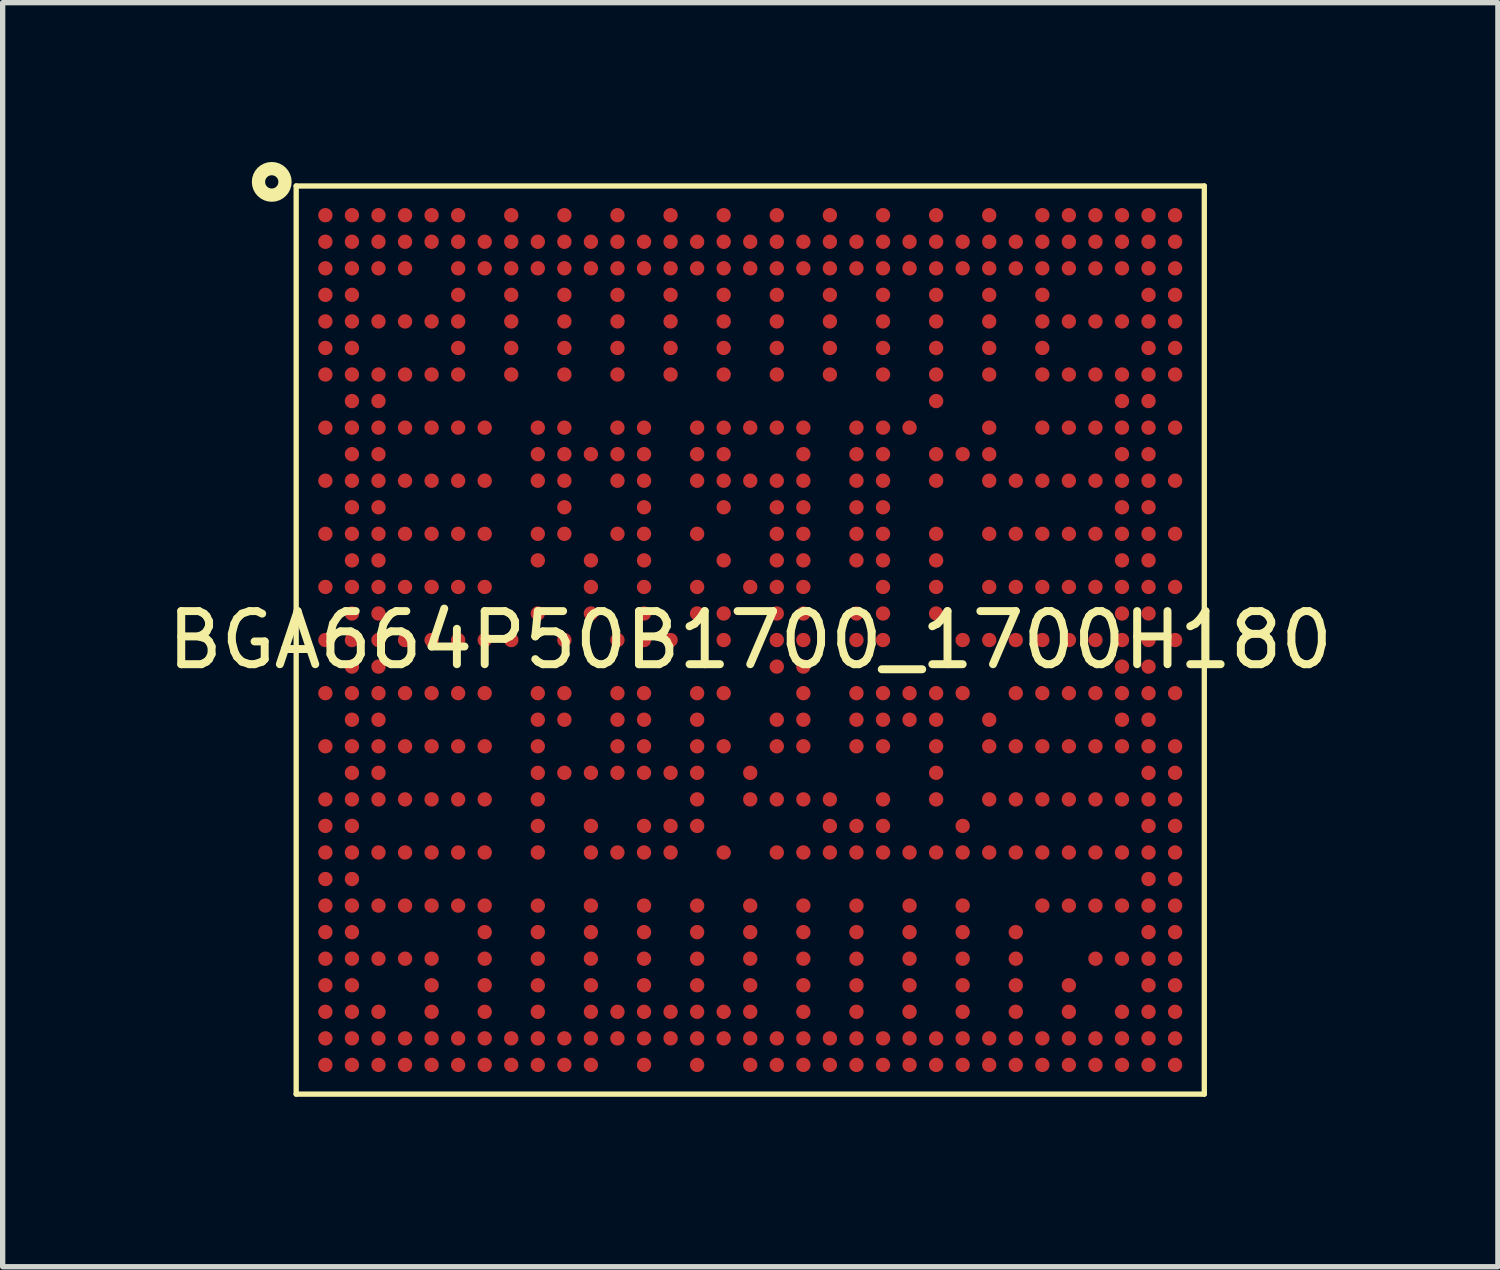
<source format=kicad_pcb>
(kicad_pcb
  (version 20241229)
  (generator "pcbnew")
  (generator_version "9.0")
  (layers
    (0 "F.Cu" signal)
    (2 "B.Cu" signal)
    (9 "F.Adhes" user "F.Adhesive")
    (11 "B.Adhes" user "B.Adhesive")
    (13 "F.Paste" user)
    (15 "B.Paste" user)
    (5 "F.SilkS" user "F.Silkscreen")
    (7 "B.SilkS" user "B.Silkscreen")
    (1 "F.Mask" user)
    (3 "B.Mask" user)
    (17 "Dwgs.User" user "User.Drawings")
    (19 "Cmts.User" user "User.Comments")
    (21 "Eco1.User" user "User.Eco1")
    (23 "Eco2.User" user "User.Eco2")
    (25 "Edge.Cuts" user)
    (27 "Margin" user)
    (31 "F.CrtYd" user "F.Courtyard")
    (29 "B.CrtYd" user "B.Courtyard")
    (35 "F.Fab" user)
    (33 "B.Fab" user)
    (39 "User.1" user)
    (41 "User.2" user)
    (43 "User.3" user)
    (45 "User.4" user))
  (footprint "BGA664P50B1700_1700H180"
    (layer "F.Cu")
    (at 11.077 9.002)
    (property "Reference" "BGA664P50B1700_1700H180" (at 0 0 0) (layer "F.SilkS") (effects (font (size 1 1) (thickness 0.15))))
    (fp_line (start -8.55 -8.55) (end -8.55 8.55) (stroke (width 0.1) (type default)) (layer "F.SilkS"))
    (fp_line (start -8.55 -8.55) (end 8.55 -8.55) (stroke (width 0.1) (type default)) (layer "F.SilkS"))
    (fp_line (start -8.55 8.55) (end 8.55 8.55) (stroke (width 0.1) (type default)) (layer "F.SilkS"))
    (fp_line (start 8.55 -8.55) (end 8.55 8.55) (stroke (width 0.1) (type default)) (layer "F.SilkS"))
    (fp_circle (center -9.01 -8.627) (end -8.76 -8.627) (stroke (width 0.25) (type default)) (fill no) (layer "F.SilkS"))
    (fp_line (start -8.75 -8.75) (end -8.75 8.75) (stroke (width 0.025) (type default)) (layer "User.1"))
    (fp_line (start -8.75 -8.75) (end 8.75 -8.75) (stroke (width 0.025) (type default)) (layer "User.1"))
    (fp_line (start -8.75 8.75) (end 8.75 8.75) (stroke (width 0.025) (type default)) (layer "User.1"))
    (fp_line (start 8.75 -8.75) (end 8.75 8.75) (stroke (width 0.025) (type default)) (layer "User.1"))
    (fp_poly (pts (xy 8.55 8.55) (xy 8.55 -8.55) (xy -8.55 -8.55) (xy -8.55 8.55)) (stroke (width 0.1) (type default)) (fill no) (layer "User.1"))
    (fp_poly (pts (xy 8.55 8.55) (xy 8.55 -8.55) (xy -8.55 -8.55) (xy -8.55 8.55)) (stroke (width 0.1) (type default)) (fill no) (layer "User.1"))
    (fp_poly (pts (xy 8.75 8.75) (xy 8.75 -8.75) (xy -8.545 -8.75) (xy -8.545 -8.592) (xy 8.582 -8.592) (xy 8.582 8.592) (xy -8.575 8.592) (xy -8.575 -8.75) (xy -8.75 -8.75) (xy -8.75 8.75)) (stroke (width 0.1) (type default)) (fill no) (layer "User.1"))
    (fp_poly (pts (xy 8.75 8.75) (xy 8.75 -8.75) (xy -8.545 -8.75) (xy -8.545 -8.592) (xy 8.582 -8.592) (xy 8.582 8.592) (xy -8.575 8.592) (xy -8.575 -8.75) (xy -8.75 -8.75) (xy -8.75 8.75)) (stroke (width 0.1) (type default)) (fill no) (layer "User.1"))
    (pad "A1" smd circle (at -8 -8 315) (size 0.27 0.27) (layers "F.Cu" "F.Mask" "F.Paste"))
    (pad "A2" smd circle (at -7.5 -8 315) (size 0.27 0.27) (layers "F.Cu" "F.Mask" "F.Paste"))
    (pad "A3" smd circle (at -7 -8 315) (size 0.27 0.27) (layers "F.Cu" "F.Mask" "F.Paste"))
    (pad "A4" smd circle (at -6.5 -8 315) (size 0.27 0.27) (layers "F.Cu" "F.Mask" "F.Paste"))
    (pad "A5" smd circle (at -6 -8 315) (size 0.27 0.27) (layers "F.Cu" "F.Mask" "F.Paste"))
    (pad "A6" smd circle (at -5.5 -8 315) (size 0.27 0.27) (layers "F.Cu" "F.Mask" "F.Paste"))
    (pad "A8" smd circle (at -4.5 -8 315) (size 0.27 0.27) (layers "F.Cu" "F.Mask" "F.Paste"))
    (pad "A10" smd circle (at -3.5 -8 315) (size 0.27 0.27) (layers "F.Cu" "F.Mask" "F.Paste"))
    (pad "A12" smd circle (at -2.5 -8 315) (size 0.27 0.27) (layers "F.Cu" "F.Mask" "F.Paste"))
    (pad "A14" smd circle (at -1.5 -8 315) (size 0.27 0.27) (layers "F.Cu" "F.Mask" "F.Paste"))
    (pad "A16" smd circle (at -0.5 -8 315) (size 0.27 0.27) (layers "F.Cu" "F.Mask" "F.Paste"))
    (pad "A18" smd circle (at 0.5 -8 315) (size 0.27 0.27) (layers "F.Cu" "F.Mask" "F.Paste"))
    (pad "A20" smd circle (at 1.5 -8 315) (size 0.27 0.27) (layers "F.Cu" "F.Mask" "F.Paste"))
    (pad "A22" smd circle (at 2.5 -8 315) (size 0.27 0.27) (layers "F.Cu" "F.Mask" "F.Paste"))
    (pad "A24" smd circle (at 3.5 -8 315) (size 0.27 0.27) (layers "F.Cu" "F.Mask" "F.Paste"))
    (pad "A26" smd circle (at 4.5 -8 315) (size 0.27 0.27) (layers "F.Cu" "F.Mask" "F.Paste"))
    (pad "A28" smd circle (at 5.5 -8 315) (size 0.27 0.27) (layers "F.Cu" "F.Mask" "F.Paste"))
    (pad "A29" smd circle (at 6 -8 315) (size 0.27 0.27) (layers "F.Cu" "F.Mask" "F.Paste"))
    (pad "A30" smd circle (at 6.5 -8 315) (size 0.27 0.27) (layers "F.Cu" "F.Mask" "F.Paste"))
    (pad "A31" smd circle (at 7 -8 315) (size 0.27 0.27) (layers "F.Cu" "F.Mask" "F.Paste"))
    (pad "A32" smd circle (at 7.5 -8 315) (size 0.27 0.27) (layers "F.Cu" "F.Mask" "F.Paste"))
    (pad "A33" smd circle (at 8 -8 315) (size 0.27 0.27) (layers "F.Cu" "F.Mask" "F.Paste"))
    (pad "AA1" smd circle (at -8 2 315) (size 0.27 0.27) (layers "F.Cu" "F.Mask" "F.Paste"))
    (pad "AA2" smd circle (at -7.5 2 315) (size 0.27 0.27) (layers "F.Cu" "F.Mask" "F.Paste"))
    (pad "AA3" smd circle (at -7 2 315) (size 0.27 0.27) (layers "F.Cu" "F.Mask" "F.Paste"))
    (pad "AA4" smd circle (at -6.5 2 315) (size 0.27 0.27) (layers "F.Cu" "F.Mask" "F.Paste"))
    (pad "AA5" smd circle (at -6 2 315) (size 0.27 0.27) (layers "F.Cu" "F.Mask" "F.Paste"))
    (pad "AA6" smd circle (at -5.5 2 315) (size 0.27 0.27) (layers "F.Cu" "F.Mask" "F.Paste"))
    (pad "AA7" smd circle (at -5 2 315) (size 0.27 0.27) (layers "F.Cu" "F.Mask" "F.Paste"))
    (pad "AA9" smd circle (at -4 2 315) (size 0.27 0.27) (layers "F.Cu" "F.Mask" "F.Paste"))
    (pad "AA12" smd circle (at -2.5 2 315) (size 0.27 0.27) (layers "F.Cu" "F.Mask" "F.Paste"))
    (pad "AA13" smd circle (at -2 2 315) (size 0.27 0.27) (layers "F.Cu" "F.Mask" "F.Paste"))
    (pad "AA15" smd circle (at -1 2 315) (size 0.27 0.27) (layers "F.Cu" "F.Mask" "F.Paste"))
    (pad "AA16" smd circle (at -0.5 2 315) (size 0.27 0.27) (layers "F.Cu" "F.Mask" "F.Paste"))
    (pad "AA18" smd circle (at 0.5 2 315) (size 0.27 0.27) (layers "F.Cu" "F.Mask" "F.Paste"))
    (pad "AA19" smd circle (at 1 2 315) (size 0.27 0.27) (layers "F.Cu" "F.Mask" "F.Paste"))
    (pad "AA21" smd circle (at 2 2 315) (size 0.27 0.27) (layers "F.Cu" "F.Mask" "F.Paste"))
    (pad "AA22" smd circle (at 2.5 2 315) (size 0.27 0.27) (layers "F.Cu" "F.Mask" "F.Paste"))
    (pad "AA24" smd circle (at 3.5 2 315) (size 0.27 0.27) (layers "F.Cu" "F.Mask" "F.Paste"))
    (pad "AA26" smd circle (at 4.5 2 315) (size 0.27 0.27) (layers "F.Cu" "F.Mask" "F.Paste"))
    (pad "AA27" smd circle (at 5 2 315) (size 0.27 0.27) (layers "F.Cu" "F.Mask" "F.Paste"))
    (pad "AA28" smd circle (at 5.5 2 315) (size 0.27 0.27) (layers "F.Cu" "F.Mask" "F.Paste"))
    (pad "AA29" smd circle (at 6 2 315) (size 0.27 0.27) (layers "F.Cu" "F.Mask" "F.Paste"))
    (pad "AA30" smd circle (at 6.5 2 315) (size 0.27 0.27) (layers "F.Cu" "F.Mask" "F.Paste"))
    (pad "AA31" smd circle (at 7 2 315) (size 0.27 0.27) (layers "F.Cu" "F.Mask" "F.Paste"))
    (pad "AA32" smd circle (at 7.5 2 315) (size 0.27 0.27) (layers "F.Cu" "F.Mask" "F.Paste"))
    (pad "AA33" smd circle (at 8 2 315) (size 0.27 0.27) (layers "F.Cu" "F.Mask" "F.Paste"))
    (pad "AB2" smd circle (at -7.5 2.501 315) (size 0.27 0.27) (layers "F.Cu" "F.Mask" "F.Paste"))
    (pad "AB3" smd circle (at -7 2.5 315) (size 0.27 0.27) (layers "F.Cu" "F.Mask" "F.Paste"))
    (pad "AB9" smd circle (at -4 2.501 315) (size 0.27 0.27) (layers "F.Cu" "F.Mask" "F.Paste"))
    (pad "AB10" smd circle (at -3.5 2.5 315) (size 0.27 0.27) (layers "F.Cu" "F.Mask" "F.Paste"))
    (pad "AB11" smd circle (at -3 2.5 315) (size 0.27 0.27) (layers "F.Cu" "F.Mask" "F.Paste"))
    (pad "AB12" smd circle (at -2.5 2.5 315) (size 0.27 0.27) (layers "F.Cu" "F.Mask" "F.Paste"))
    (pad "AB13" smd circle (at -2 2.5 315) (size 0.27 0.27) (layers "F.Cu" "F.Mask" "F.Paste"))
    (pad "AB14" smd circle (at -1.5 2.5 315) (size 0.27 0.27) (layers "F.Cu" "F.Mask" "F.Paste"))
    (pad "AB15" smd circle (at -1 2.5 315) (size 0.27 0.27) (layers "F.Cu" "F.Mask" "F.Paste"))
    (pad "AB17" smd circle (at 0 2.5 315) (size 0.27 0.27) (layers "F.Cu" "F.Mask" "F.Paste"))
    (pad "AB24" smd circle (at 3.5 2.5 315) (size 0.27 0.27) (layers "F.Cu" "F.Mask" "F.Paste"))
    (pad "AB32" smd circle (at 7.5 2.501 315) (size 0.27 0.27) (layers "F.Cu" "F.Mask" "F.Paste"))
    (pad "AB33" smd circle (at 8 2.5 315) (size 0.27 0.27) (layers "F.Cu" "F.Mask" "F.Paste"))
    (pad "AC1" smd circle (at -8 3 315) (size 0.27 0.27) (layers "F.Cu" "F.Mask" "F.Paste"))
    (pad "AC2" smd circle (at -7.5 3 315) (size 0.27 0.27) (layers "F.Cu" "F.Mask" "F.Paste"))
    (pad "AC3" smd circle (at -7 3 315) (size 0.27 0.27) (layers "F.Cu" "F.Mask" "F.Paste"))
    (pad "AC4" smd circle (at -6.5 3 315) (size 0.27 0.27) (layers "F.Cu" "F.Mask" "F.Paste"))
    (pad "AC5" smd circle (at -6 3 315) (size 0.27 0.27) (layers "F.Cu" "F.Mask" "F.Paste"))
    (pad "AC6" smd circle (at -5.5 3 315) (size 0.27 0.27) (layers "F.Cu" "F.Mask" "F.Paste"))
    (pad "AC7" smd circle (at -5 3 315) (size 0.27 0.27) (layers "F.Cu" "F.Mask" "F.Paste"))
    (pad "AC9" smd circle (at -4 3 315) (size 0.27 0.27) (layers "F.Cu" "F.Mask" "F.Paste"))
    (pad "AC15" smd circle (at -1 3 315) (size 0.27 0.27) (layers "F.Cu" "F.Mask" "F.Paste"))
    (pad "AC17" smd circle (at 0 3 315) (size 0.27 0.27) (layers "F.Cu" "F.Mask" "F.Paste"))
    (pad "AC18" smd circle (at 0.5 3 315) (size 0.27 0.27) (layers "F.Cu" "F.Mask" "F.Paste"))
    (pad "AC19" smd circle (at 1 3 315) (size 0.27 0.27) (layers "F.Cu" "F.Mask" "F.Paste"))
    (pad "AC20" smd circle (at 1.5 3 315) (size 0.27 0.27) (layers "F.Cu" "F.Mask" "F.Paste"))
    (pad "AC22" smd circle (at 2.5 3 315) (size 0.27 0.27) (layers "F.Cu" "F.Mask" "F.Paste"))
    (pad "AC24" smd circle (at 3.5 3 315) (size 0.27 0.27) (layers "F.Cu" "F.Mask" "F.Paste"))
    (pad "AC26" smd circle (at 4.5 3 315) (size 0.27 0.27) (layers "F.Cu" "F.Mask" "F.Paste"))
    (pad "AC27" smd circle (at 5 3 315) (size 0.27 0.27) (layers "F.Cu" "F.Mask" "F.Paste"))
    (pad "AC28" smd circle (at 5.5 3 315) (size 0.27 0.27) (layers "F.Cu" "F.Mask" "F.Paste"))
    (pad "AC29" smd circle (at 6 3 315) (size 0.27 0.27) (layers "F.Cu" "F.Mask" "F.Paste"))
    (pad "AC30" smd circle (at 6.5 3 315) (size 0.27 0.27) (layers "F.Cu" "F.Mask" "F.Paste"))
    (pad "AC31" smd circle (at 7 3 315) (size 0.27 0.27) (layers "F.Cu" "F.Mask" "F.Paste"))
    (pad "AC32" smd circle (at 7.5 3 315) (size 0.27 0.27) (layers "F.Cu" "F.Mask" "F.Paste"))
    (pad "AC33" smd circle (at 8 3 315) (size 0.27 0.27) (layers "F.Cu" "F.Mask" "F.Paste"))
    (pad "AD1" smd circle (at -8 3.5 315) (size 0.27 0.27) (layers "F.Cu" "F.Mask" "F.Paste"))
    (pad "AD2" smd circle (at -7.5 3.5 315) (size 0.27 0.27) (layers "F.Cu" "F.Mask" "F.Paste"))
    (pad "AD9" smd circle (at -4 3.5 315) (size 0.27 0.27) (layers "F.Cu" "F.Mask" "F.Paste"))
    (pad "AD11" smd circle (at -3 3.5 315) (size 0.27 0.27) (layers "F.Cu" "F.Mask" "F.Paste"))
    (pad "AD13" smd circle (at -2 3.5 315) (size 0.27 0.27) (layers "F.Cu" "F.Mask" "F.Paste"))
    (pad "AD14" smd circle (at -1.5 3.5 315) (size 0.27 0.27) (layers "F.Cu" "F.Mask" "F.Paste"))
    (pad "AD15" smd circle (at -1 3.5 315) (size 0.27 0.27) (layers "F.Cu" "F.Mask" "F.Paste"))
    (pad "AD20" smd circle (at 1.5 3.5 315) (size 0.27 0.27) (layers "F.Cu" "F.Mask" "F.Paste"))
    (pad "AD21" smd circle (at 2 3.5 315) (size 0.27 0.27) (layers "F.Cu" "F.Mask" "F.Paste"))
    (pad "AD22" smd circle (at 2.5 3.5 315) (size 0.27 0.27) (layers "F.Cu" "F.Mask" "F.Paste"))
    (pad "AD25" smd circle (at 4 3.5 315) (size 0.27 0.27) (layers "F.Cu" "F.Mask" "F.Paste"))
    (pad "AD32" smd circle (at 7.5 3.5 315) (size 0.27 0.27) (layers "F.Cu" "F.Mask" "F.Paste"))
    (pad "AD33" smd circle (at 8 3.5 315) (size 0.27 0.27) (layers "F.Cu" "F.Mask" "F.Paste"))
    (pad "AE1" smd circle (at -8 4 315) (size 0.27 0.27) (layers "F.Cu" "F.Mask" "F.Paste"))
    (pad "AE2" smd circle (at -7.5 4 315) (size 0.27 0.27) (layers "F.Cu" "F.Mask" "F.Paste"))
    (pad "AE3" smd circle (at -7 4 315) (size 0.27 0.27) (layers "F.Cu" "F.Mask" "F.Paste"))
    (pad "AE4" smd circle (at -6.5 4 315) (size 0.27 0.27) (layers "F.Cu" "F.Mask" "F.Paste"))
    (pad "AE5" smd circle (at -6 4 315) (size 0.27 0.27) (layers "F.Cu" "F.Mask" "F.Paste"))
    (pad "AE6" smd circle (at -5.5 4 315) (size 0.27 0.27) (layers "F.Cu" "F.Mask" "F.Paste"))
    (pad "AE7" smd circle (at -5 4 315) (size 0.27 0.27) (layers "F.Cu" "F.Mask" "F.Paste"))
    (pad "AE9" smd circle (at -4 4 315) (size 0.27 0.27) (layers "F.Cu" "F.Mask" "F.Paste"))
    (pad "AE11" smd circle (at -3 4 315) (size 0.27 0.27) (layers "F.Cu" "F.Mask" "F.Paste"))
    (pad "AE12" smd circle (at -2.501 4 315) (size 0.27 0.27) (layers "F.Cu" "F.Mask" "F.Paste"))
    (pad "AE13" smd circle (at -2 4 315) (size 0.27 0.27) (layers "F.Cu" "F.Mask" "F.Paste"))
    (pad "AE14" smd circle (at -1.5 4 315) (size 0.27 0.27) (layers "F.Cu" "F.Mask" "F.Paste"))
    (pad "AE16" smd circle (at -0.5 4 315) (size 0.27 0.27) (layers "F.Cu" "F.Mask" "F.Paste"))
    (pad "AE18" smd circle (at 0.5 4 315) (size 0.27 0.27) (layers "F.Cu" "F.Mask" "F.Paste"))
    (pad "AE19" smd circle (at 1 4 315) (size 0.27 0.27) (layers "F.Cu" "F.Mask" "F.Paste"))
    (pad "AE20" smd circle (at 1.5 4 315) (size 0.27 0.27) (layers "F.Cu" "F.Mask" "F.Paste"))
    (pad "AE21" smd circle (at 2 4 315) (size 0.27 0.27) (layers "F.Cu" "F.Mask" "F.Paste"))
    (pad "AE22" smd circle (at 2.501 4 315) (size 0.27 0.27) (layers "F.Cu" "F.Mask" "F.Paste"))
    (pad "AE23" smd circle (at 3 4 315) (size 0.27 0.27) (layers "F.Cu" "F.Mask" "F.Paste"))
    (pad "AE24" smd circle (at 3.5 4 315) (size 0.27 0.27) (layers "F.Cu" "F.Mask" "F.Paste"))
    (pad "AE25" smd circle (at 4 4 315) (size 0.27 0.27) (layers "F.Cu" "F.Mask" "F.Paste"))
    (pad "AE26" smd circle (at 4.5 4 315) (size 0.27 0.27) (layers "F.Cu" "F.Mask" "F.Paste"))
    (pad "AE27" smd circle (at 5 4 315) (size 0.27 0.27) (layers "F.Cu" "F.Mask" "F.Paste"))
    (pad "AE28" smd circle (at 5.5 4 315) (size 0.27 0.27) (layers "F.Cu" "F.Mask" "F.Paste"))
    (pad "AE29" smd circle (at 6 4 315) (size 0.27 0.27) (layers "F.Cu" "F.Mask" "F.Paste"))
    (pad "AE30" smd circle (at 6.5 4 315) (size 0.27 0.27) (layers "F.Cu" "F.Mask" "F.Paste"))
    (pad "AE31" smd circle (at 7 4 315) (size 0.27 0.27) (layers "F.Cu" "F.Mask" "F.Paste"))
    (pad "AE32" smd circle (at 7.5 4 315) (size 0.27 0.27) (layers "F.Cu" "F.Mask" "F.Paste"))
    (pad "AE33" smd circle (at 8 4 315) (size 0.27 0.27) (layers "F.Cu" "F.Mask" "F.Paste"))
    (pad "AF1" smd circle (at -8 4.5 315) (size 0.27 0.27) (layers "F.Cu" "F.Mask" "F.Paste"))
    (pad "AF2" smd circle (at -7.5 4.5 315) (size 0.27 0.27) (layers "F.Cu" "F.Mask" "F.Paste"))
    (pad "AF32" smd circle (at 7.5 4.5 315) (size 0.27 0.27) (layers "F.Cu" "F.Mask" "F.Paste"))
    (pad "AF33" smd circle (at 8 4.5 315) (size 0.27 0.27) (layers "F.Cu" "F.Mask" "F.Paste"))
    (pad "AG1" smd circle (at -8 5 315) (size 0.27 0.27) (layers "F.Cu" "F.Mask" "F.Paste"))
    (pad "AG2" smd circle (at -7.5 5 315) (size 0.27 0.27) (layers "F.Cu" "F.Mask" "F.Paste"))
    (pad "AG3" smd circle (at -7 5 315) (size 0.27 0.27) (layers "F.Cu" "F.Mask" "F.Paste"))
    (pad "AG4" smd circle (at -6.5 5 315) (size 0.27 0.27) (layers "F.Cu" "F.Mask" "F.Paste"))
    (pad "AG5" smd circle (at -6 5 315) (size 0.27 0.27) (layers "F.Cu" "F.Mask" "F.Paste"))
    (pad "AG6" smd circle (at -5.5 5 315) (size 0.27 0.27) (layers "F.Cu" "F.Mask" "F.Paste"))
    (pad "AG7" smd circle (at -5 5 315) (size 0.27 0.27) (layers "F.Cu" "F.Mask" "F.Paste"))
    (pad "AG9" smd circle (at -4 5 315) (size 0.27 0.27) (layers "F.Cu" "F.Mask" "F.Paste"))
    (pad "AG11" smd circle (at -3 5 315) (size 0.27 0.27) (layers "F.Cu" "F.Mask" "F.Paste"))
    (pad "AG13" smd circle (at -2 5 315) (size 0.27 0.27) (layers "F.Cu" "F.Mask" "F.Paste"))
    (pad "AG15" smd circle (at -1 5 315) (size 0.27 0.27) (layers "F.Cu" "F.Mask" "F.Paste"))
    (pad "AG17" smd circle (at 0 5 315) (size 0.27 0.27) (layers "F.Cu" "F.Mask" "F.Paste"))
    (pad "AG19" smd circle (at 1 5 315) (size 0.27 0.27) (layers "F.Cu" "F.Mask" "F.Paste"))
    (pad "AG21" smd circle (at 2 5 315) (size 0.27 0.27) (layers "F.Cu" "F.Mask" "F.Paste"))
    (pad "AG23" smd circle (at 3 5 315) (size 0.27 0.27) (layers "F.Cu" "F.Mask" "F.Paste"))
    (pad "AG25" smd circle (at 4 5 315) (size 0.27 0.27) (layers "F.Cu" "F.Mask" "F.Paste"))
    (pad "AG28" smd circle (at 5.5 5 315) (size 0.27 0.27) (layers "F.Cu" "F.Mask" "F.Paste"))
    (pad "AG29" smd circle (at 6 5 315) (size 0.27 0.27) (layers "F.Cu" "F.Mask" "F.Paste"))
    (pad "AG30" smd circle (at 6.5 5 315) (size 0.27 0.27) (layers "F.Cu" "F.Mask" "F.Paste"))
    (pad "AG31" smd circle (at 7 5 315) (size 0.27 0.27) (layers "F.Cu" "F.Mask" "F.Paste"))
    (pad "AG32" smd circle (at 7.5 5 315) (size 0.27 0.27) (layers "F.Cu" "F.Mask" "F.Paste"))
    (pad "AG33" smd circle (at 8 5 315) (size 0.27 0.27) (layers "F.Cu" "F.Mask" "F.Paste"))
    (pad "AH1" smd circle (at -8 5.5 315) (size 0.27 0.27) (layers "F.Cu" "F.Mask" "F.Paste"))
    (pad "AH2" smd circle (at -7.5 5.5 315) (size 0.27 0.27) (layers "F.Cu" "F.Mask" "F.Paste"))
    (pad "AH7" smd circle (at -5 5.5 315) (size 0.27 0.27) (layers "F.Cu" "F.Mask" "F.Paste"))
    (pad "AH9" smd circle (at -4 5.5 315) (size 0.27 0.27) (layers "F.Cu" "F.Mask" "F.Paste"))
    (pad "AH11" smd circle (at -3 5.5 315) (size 0.27 0.27) (layers "F.Cu" "F.Mask" "F.Paste"))
    (pad "AH13" smd circle (at -2 5.5 315) (size 0.27 0.27) (layers "F.Cu" "F.Mask" "F.Paste"))
    (pad "AH15" smd circle (at -1 5.5 315) (size 0.27 0.27) (layers "F.Cu" "F.Mask" "F.Paste"))
    (pad "AH17" smd circle (at 0 5.5 315) (size 0.27 0.27) (layers "F.Cu" "F.Mask" "F.Paste"))
    (pad "AH19" smd circle (at 1 5.5 315) (size 0.27 0.27) (layers "F.Cu" "F.Mask" "F.Paste"))
    (pad "AH21" smd circle (at 2 5.5 315) (size 0.27 0.27) (layers "F.Cu" "F.Mask" "F.Paste"))
    (pad "AH23" smd circle (at 3 5.5 315) (size 0.27 0.27) (layers "F.Cu" "F.Mask" "F.Paste"))
    (pad "AH25" smd circle (at 4 5.5 315) (size 0.27 0.27) (layers "F.Cu" "F.Mask" "F.Paste"))
    (pad "AH27" smd circle (at 5 5.5 315) (size 0.27 0.27) (layers "F.Cu" "F.Mask" "F.Paste"))
    (pad "AH32" smd circle (at 7.5 5.5 315) (size 0.27 0.27) (layers "F.Cu" "F.Mask" "F.Paste"))
    (pad "AH33" smd circle (at 8 5.5 315) (size 0.27 0.27) (layers "F.Cu" "F.Mask" "F.Paste"))
    (pad "AJ1" smd circle (at -8 6 315) (size 0.27 0.27) (layers "F.Cu" "F.Mask" "F.Paste"))
    (pad "AJ2" smd circle (at -7.5 6 315) (size 0.27 0.27) (layers "F.Cu" "F.Mask" "F.Paste"))
    (pad "AJ3" smd circle (at -7 6 315) (size 0.27 0.27) (layers "F.Cu" "F.Mask" "F.Paste"))
    (pad "AJ4" smd circle (at -6.5 6 315) (size 0.27 0.27) (layers "F.Cu" "F.Mask" "F.Paste"))
    (pad "AJ5" smd circle (at -6 6 315) (size 0.27 0.27) (layers "F.Cu" "F.Mask" "F.Paste"))
    (pad "AJ7" smd circle (at -5 6 315) (size 0.27 0.27) (layers "F.Cu" "F.Mask" "F.Paste"))
    (pad "AJ9" smd circle (at -4 6 315) (size 0.27 0.27) (layers "F.Cu" "F.Mask" "F.Paste"))
    (pad "AJ11" smd circle (at -3 6 315) (size 0.27 0.27) (layers "F.Cu" "F.Mask" "F.Paste"))
    (pad "AJ13" smd circle (at -2 6 315) (size 0.27 0.27) (layers "F.Cu" "F.Mask" "F.Paste"))
    (pad "AJ15" smd circle (at -1 6 315) (size 0.27 0.27) (layers "F.Cu" "F.Mask" "F.Paste"))
    (pad "AJ17" smd circle (at 0 6 315) (size 0.27 0.27) (layers "F.Cu" "F.Mask" "F.Paste"))
    (pad "AJ19" smd circle (at 1 6 315) (size 0.27 0.27) (layers "F.Cu" "F.Mask" "F.Paste"))
    (pad "AJ21" smd circle (at 2 6 315) (size 0.27 0.27) (layers "F.Cu" "F.Mask" "F.Paste"))
    (pad "AJ23" smd circle (at 3 6 315) (size 0.27 0.27) (layers "F.Cu" "F.Mask" "F.Paste"))
    (pad "AJ25" smd circle (at 4 6 315) (size 0.27 0.27) (layers "F.Cu" "F.Mask" "F.Paste"))
    (pad "AJ27" smd circle (at 5 6 315) (size 0.27 0.27) (layers "F.Cu" "F.Mask" "F.Paste"))
    (pad "AJ30" smd circle (at 6.5 6 315) (size 0.27 0.27) (layers "F.Cu" "F.Mask" "F.Paste"))
    (pad "AJ31" smd circle (at 7 6 315) (size 0.27 0.27) (layers "F.Cu" "F.Mask" "F.Paste"))
    (pad "AJ32" smd circle (at 7.5 6 315) (size 0.27 0.27) (layers "F.Cu" "F.Mask" "F.Paste"))
    (pad "AJ33" smd circle (at 8 6 315) (size 0.27 0.27) (layers "F.Cu" "F.Mask" "F.Paste"))
    (pad "AK1" smd circle (at -8 6.5 315) (size 0.27 0.27) (layers "F.Cu" "F.Mask" "F.Paste"))
    (pad "AK2" smd circle (at -7.5 6.5 315) (size 0.27 0.27) (layers "F.Cu" "F.Mask" "F.Paste"))
    (pad "AK5" smd circle (at -6 6.5 315) (size 0.27 0.27) (layers "F.Cu" "F.Mask" "F.Paste"))
    (pad "AK7" smd circle (at -5 6.5 315) (size 0.27 0.27) (layers "F.Cu" "F.Mask" "F.Paste"))
    (pad "AK9" smd circle (at -4 6.5 315) (size 0.27 0.27) (layers "F.Cu" "F.Mask" "F.Paste"))
    (pad "AK11" smd circle (at -3 6.5 315) (size 0.27 0.27) (layers "F.Cu" "F.Mask" "F.Paste"))
    (pad "AK13" smd circle (at -2 6.5 315) (size 0.27 0.27) (layers "F.Cu" "F.Mask" "F.Paste"))
    (pad "AK15" smd circle (at -1 6.5 315) (size 0.27 0.27) (layers "F.Cu" "F.Mask" "F.Paste"))
    (pad "AK17" smd circle (at 0 6.5 315) (size 0.27 0.27) (layers "F.Cu" "F.Mask" "F.Paste"))
    (pad "AK19" smd circle (at 1 6.5 315) (size 0.27 0.27) (layers "F.Cu" "F.Mask" "F.Paste"))
    (pad "AK21" smd circle (at 2 6.5 315) (size 0.27 0.27) (layers "F.Cu" "F.Mask" "F.Paste"))
    (pad "AK23" smd circle (at 3 6.5 315) (size 0.27 0.27) (layers "F.Cu" "F.Mask" "F.Paste"))
    (pad "AK25" smd circle (at 4 6.5 315) (size 0.27 0.27) (layers "F.Cu" "F.Mask" "F.Paste"))
    (pad "AK27" smd circle (at 5 6.5 315) (size 0.27 0.27) (layers "F.Cu" "F.Mask" "F.Paste"))
    (pad "AK29" smd circle (at 6 6.5 315) (size 0.27 0.27) (layers "F.Cu" "F.Mask" "F.Paste"))
    (pad "AK32" smd circle (at 7.5 6.5 315) (size 0.27 0.27) (layers "F.Cu" "F.Mask" "F.Paste"))
    (pad "AK33" smd circle (at 8 6.5 315) (size 0.27 0.27) (layers "F.Cu" "F.Mask" "F.Paste"))
    (pad "AL1" smd circle (at -8 7 315) (size 0.27 0.27) (layers "F.Cu" "F.Mask" "F.Paste"))
    (pad "AL2" smd circle (at -7.5 7 315) (size 0.27 0.27) (layers "F.Cu" "F.Mask" "F.Paste"))
    (pad "AL3" smd circle (at -7 7 315) (size 0.27 0.27) (layers "F.Cu" "F.Mask" "F.Paste"))
    (pad "AL5" smd circle (at -6 7 315) (size 0.27 0.27) (layers "F.Cu" "F.Mask" "F.Paste"))
    (pad "AL7" smd circle (at -5 7 315) (size 0.27 0.27) (layers "F.Cu" "F.Mask" "F.Paste"))
    (pad "AL9" smd circle (at -4 7 315) (size 0.27 0.27) (layers "F.Cu" "F.Mask" "F.Paste"))
    (pad "AL11" smd circle (at -3 7 315) (size 0.27 0.27) (layers "F.Cu" "F.Mask" "F.Paste"))
    (pad "AL12" smd circle (at -2.5 7 315) (size 0.27 0.27) (layers "F.Cu" "F.Mask" "F.Paste"))
    (pad "AL13" smd circle (at -2 7 315) (size 0.27 0.27) (layers "F.Cu" "F.Mask" "F.Paste"))
    (pad "AL14" smd circle (at -1.5 7 315) (size 0.27 0.27) (layers "F.Cu" "F.Mask" "F.Paste"))
    (pad "AL15" smd circle (at -1 7 315) (size 0.27 0.27) (layers "F.Cu" "F.Mask" "F.Paste"))
    (pad "AL16" smd circle (at -0.5 7 315) (size 0.27 0.27) (layers "F.Cu" "F.Mask" "F.Paste"))
    (pad "AL17" smd circle (at 0 7 315) (size 0.27 0.27) (layers "F.Cu" "F.Mask" "F.Paste"))
    (pad "AL19" smd circle (at 1 7 315) (size 0.27 0.27) (layers "F.Cu" "F.Mask" "F.Paste"))
    (pad "AL21" smd circle (at 2 7 315) (size 0.27 0.27) (layers "F.Cu" "F.Mask" "F.Paste"))
    (pad "AL23" smd circle (at 3 7 315) (size 0.27 0.27) (layers "F.Cu" "F.Mask" "F.Paste"))
    (pad "AL25" smd circle (at 4 7 315) (size 0.27 0.27) (layers "F.Cu" "F.Mask" "F.Paste"))
    (pad "AL27" smd circle (at 5 7 315) (size 0.27 0.27) (layers "F.Cu" "F.Mask" "F.Paste"))
    (pad "AL29" smd circle (at 6 7 315) (size 0.27 0.27) (layers "F.Cu" "F.Mask" "F.Paste"))
    (pad "AL31" smd circle (at 7 7 315) (size 0.27 0.27) (layers "F.Cu" "F.Mask" "F.Paste"))
    (pad "AL32" smd circle (at 7.5 7 315) (size 0.27 0.27) (layers "F.Cu" "F.Mask" "F.Paste"))
    (pad "AL33" smd circle (at 8 7 315) (size 0.27 0.27) (layers "F.Cu" "F.Mask" "F.Paste"))
    (pad "AM1" smd circle (at -8 7.5 315) (size 0.27 0.27) (layers "F.Cu" "F.Mask" "F.Paste"))
    (pad "AM2" smd circle (at -7.5 7.5 315) (size 0.27 0.27) (layers "F.Cu" "F.Mask" "F.Paste"))
    (pad "AM3" smd circle (at -7 7.5 315) (size 0.27 0.27) (layers "F.Cu" "F.Mask" "F.Paste"))
    (pad "AM4" smd circle (at -6.5 7.5 315) (size 0.27 0.27) (layers "F.Cu" "F.Mask" "F.Paste"))
    (pad "AM5" smd circle (at -6 7.5 315) (size 0.27 0.27) (layers "F.Cu" "F.Mask" "F.Paste"))
    (pad "AM6" smd circle (at -5.5 7.5 315) (size 0.27 0.27) (layers "F.Cu" "F.Mask" "F.Paste"))
    (pad "AM7" smd circle (at -5 7.5 315) (size 0.27 0.27) (layers "F.Cu" "F.Mask" "F.Paste"))
    (pad "AM8" smd circle (at -4.5 7.5 315) (size 0.27 0.27) (layers "F.Cu" "F.Mask" "F.Paste"))
    (pad "AM9" smd circle (at -4 7.5 315) (size 0.27 0.27) (layers "F.Cu" "F.Mask" "F.Paste"))
    (pad "AM10" smd circle (at -3.5 7.5 315) (size 0.27 0.27) (layers "F.Cu" "F.Mask" "F.Paste"))
    (pad "AM11" smd circle (at -3 7.5 315) (size 0.27 0.27) (layers "F.Cu" "F.Mask" "F.Paste"))
    (pad "AM12" smd circle (at -2.501 7.5 315) (size 0.27 0.27) (layers "F.Cu" "F.Mask" "F.Paste"))
    (pad "AM13" smd circle (at -2 7.5 315) (size 0.27 0.27) (layers "F.Cu" "F.Mask" "F.Paste"))
    (pad "AM14" smd circle (at -1.5 7.5 315) (size 0.27 0.27) (layers "F.Cu" "F.Mask" "F.Paste"))
    (pad "AM15" smd circle (at -1 7.5 315) (size 0.27 0.27) (layers "F.Cu" "F.Mask" "F.Paste"))
    (pad "AM16" smd circle (at -0.5 7.5 315) (size 0.27 0.27) (layers "F.Cu" "F.Mask" "F.Paste"))
    (pad "AM17" smd circle (at 0 7.5 315) (size 0.27 0.27) (layers "F.Cu" "F.Mask" "F.Paste"))
    (pad "AM18" smd circle (at 0.5 7.5 315) (size 0.27 0.27) (layers "F.Cu" "F.Mask" "F.Paste"))
    (pad "AM19" smd circle (at 1 7.5 315) (size 0.27 0.27) (layers "F.Cu" "F.Mask" "F.Paste"))
    (pad "AM20" smd circle (at 1.5 7.5 315) (size 0.27 0.27) (layers "F.Cu" "F.Mask" "F.Paste"))
    (pad "AM21" smd circle (at 2 7.5 315) (size 0.27 0.27) (layers "F.Cu" "F.Mask" "F.Paste"))
    (pad "AM22" smd circle (at 2.501 7.5 315) (size 0.27 0.27) (layers "F.Cu" "F.Mask" "F.Paste"))
    (pad "AM23" smd circle (at 3 7.5 315) (size 0.27 0.27) (layers "F.Cu" "F.Mask" "F.Paste"))
    (pad "AM24" smd circle (at 3.5 7.5 315) (size 0.27 0.27) (layers "F.Cu" "F.Mask" "F.Paste"))
    (pad "AM25" smd circle (at 4 7.5 315) (size 0.27 0.27) (layers "F.Cu" "F.Mask" "F.Paste"))
    (pad "AM26" smd circle (at 4.5 7.5 315) (size 0.27 0.27) (layers "F.Cu" "F.Mask" "F.Paste"))
    (pad "AM27" smd circle (at 5 7.5 315) (size 0.27 0.27) (layers "F.Cu" "F.Mask" "F.Paste"))
    (pad "AM28" smd circle (at 5.5 7.5 315) (size 0.27 0.27) (layers "F.Cu" "F.Mask" "F.Paste"))
    (pad "AM29" smd circle (at 6 7.5 315) (size 0.27 0.27) (layers "F.Cu" "F.Mask" "F.Paste"))
    (pad "AM30" smd circle (at 6.5 7.5 315) (size 0.27 0.27) (layers "F.Cu" "F.Mask" "F.Paste"))
    (pad "AM31" smd circle (at 7 7.5 315) (size 0.27 0.27) (layers "F.Cu" "F.Mask" "F.Paste"))
    (pad "AM32" smd circle (at 7.5 7.5 315) (size 0.27 0.27) (layers "F.Cu" "F.Mask" "F.Paste"))
    (pad "AM33" smd circle (at 8 7.5 315) (size 0.27 0.27) (layers "F.Cu" "F.Mask" "F.Paste"))
    (pad "AN1" smd circle (at -8 8 315) (size 0.27 0.27) (layers "F.Cu" "F.Mask" "F.Paste"))
    (pad "AN2" smd circle (at -7.5 8 315) (size 0.27 0.27) (layers "F.Cu" "F.Mask" "F.Paste"))
    (pad "AN3" smd circle (at -7 8 315) (size 0.27 0.27) (layers "F.Cu" "F.Mask" "F.Paste"))
    (pad "AN4" smd circle (at -6.5 8 315) (size 0.27 0.27) (layers "F.Cu" "F.Mask" "F.Paste"))
    (pad "AN5" smd circle (at -6 8 315) (size 0.27 0.27) (layers "F.Cu" "F.Mask" "F.Paste"))
    (pad "AN6" smd circle (at -5.5 8 315) (size 0.27 0.27) (layers "F.Cu" "F.Mask" "F.Paste"))
    (pad "AN7" smd circle (at -5 8 315) (size 0.27 0.27) (layers "F.Cu" "F.Mask" "F.Paste"))
    (pad "AN8" smd circle (at -4.5 8 315) (size 0.27 0.27) (layers "F.Cu" "F.Mask" "F.Paste"))
    (pad "AN9" smd circle (at -4 8 315) (size 0.27 0.27) (layers "F.Cu" "F.Mask" "F.Paste"))
    (pad "AN10" smd circle (at -3.5 8 315) (size 0.27 0.27) (layers "F.Cu" "F.Mask" "F.Paste"))
    (pad "AN11" smd circle (at -3 8 315) (size 0.27 0.27) (layers "F.Cu" "F.Mask" "F.Paste"))
    (pad "AN13" smd circle (at -2 8 315) (size 0.27 0.27) (layers "F.Cu" "F.Mask" "F.Paste"))
    (pad "AN15" smd circle (at -1 8 315) (size 0.27 0.27) (layers "F.Cu" "F.Mask" "F.Paste"))
    (pad "AN17" smd circle (at 0 8 315) (size 0.27 0.27) (layers "F.Cu" "F.Mask" "F.Paste"))
    (pad "AN18" smd circle (at 0.5 8 315) (size 0.27 0.27) (layers "F.Cu" "F.Mask" "F.Paste"))
    (pad "AN19" smd circle (at 1 8 315) (size 0.27 0.27) (layers "F.Cu" "F.Mask" "F.Paste"))
    (pad "AN20" smd circle (at 1.5 8 315) (size 0.27 0.27) (layers "F.Cu" "F.Mask" "F.Paste"))
    (pad "AN21" smd circle (at 2 8 315) (size 0.27 0.27) (layers "F.Cu" "F.Mask" "F.Paste"))
    (pad "AN22" smd circle (at 2.5 8 315) (size 0.27 0.27) (layers "F.Cu" "F.Mask" "F.Paste"))
    (pad "AN23" smd circle (at 3 8 315) (size 0.27 0.27) (layers "F.Cu" "F.Mask" "F.Paste"))
    (pad "AN24" smd circle (at 3.5 8 315) (size 0.27 0.27) (layers "F.Cu" "F.Mask" "F.Paste"))
    (pad "AN25" smd circle (at 4 8 315) (size 0.27 0.27) (layers "F.Cu" "F.Mask" "F.Paste"))
    (pad "AN26" smd circle (at 4.5 8 315) (size 0.27 0.27) (layers "F.Cu" "F.Mask" "F.Paste"))
    (pad "AN27" smd circle (at 5 8 315) (size 0.27 0.27) (layers "F.Cu" "F.Mask" "F.Paste"))
    (pad "AN28" smd circle (at 5.5 8 315) (size 0.27 0.27) (layers "F.Cu" "F.Mask" "F.Paste"))
    (pad "AN29" smd circle (at 6 8 315) (size 0.27 0.27) (layers "F.Cu" "F.Mask" "F.Paste"))
    (pad "AN30" smd circle (at 6.5 8 315) (size 0.27 0.27) (layers "F.Cu" "F.Mask" "F.Paste"))
    (pad "AN31" smd circle (at 7 8 315) (size 0.27 0.27) (layers "F.Cu" "F.Mask" "F.Paste"))
    (pad "AN32" smd circle (at 7.5 8 315) (size 0.27 0.27) (layers "F.Cu" "F.Mask" "F.Paste"))
    (pad "AN33" smd circle (at 8 8 315) (size 0.27 0.27) (layers "F.Cu" "F.Mask" "F.Paste"))
    (pad "B1" smd circle (at -8 -7.5 315) (size 0.27 0.27) (layers "F.Cu" "F.Mask" "F.Paste"))
    (pad "B2" smd circle (at -7.5 -7.5 315) (size 0.27 0.27) (layers "F.Cu" "F.Mask" "F.Paste"))
    (pad "B3" smd circle (at -7 -7.5 315) (size 0.27 0.27) (layers "F.Cu" "F.Mask" "F.Paste"))
    (pad "B4" smd circle (at -6.5 -7.5 315) (size 0.27 0.27) (layers "F.Cu" "F.Mask" "F.Paste"))
    (pad "B5" smd circle (at -6 -7.5 315) (size 0.27 0.27) (layers "F.Cu" "F.Mask" "F.Paste"))
    (pad "B6" smd circle (at -5.5 -7.5 315) (size 0.27 0.27) (layers "F.Cu" "F.Mask" "F.Paste"))
    (pad "B7" smd circle (at -5 -7.5 315) (size 0.27 0.27) (layers "F.Cu" "F.Mask" "F.Paste"))
    (pad "B8" smd circle (at -4.5 -7.5 315) (size 0.27 0.27) (layers "F.Cu" "F.Mask" "F.Paste"))
    (pad "B9" smd circle (at -4 -7.5 315) (size 0.27 0.27) (layers "F.Cu" "F.Mask" "F.Paste"))
    (pad "B10" smd circle (at -3.5 -7.5 315) (size 0.27 0.27) (layers "F.Cu" "F.Mask" "F.Paste"))
    (pad "B11" smd circle (at -3 -7.5 315) (size 0.27 0.27) (layers "F.Cu" "F.Mask" "F.Paste"))
    (pad "B12" smd circle (at -2.501 -7.5 315) (size 0.27 0.27) (layers "F.Cu" "F.Mask" "F.Paste"))
    (pad "B13" smd circle (at -2 -7.5 315) (size 0.27 0.27) (layers "F.Cu" "F.Mask" "F.Paste"))
    (pad "B14" smd circle (at -1.5 -7.5 315) (size 0.27 0.27) (layers "F.Cu" "F.Mask" "F.Paste"))
    (pad "B15" smd circle (at -1 -7.5 315) (size 0.27 0.27) (layers "F.Cu" "F.Mask" "F.Paste"))
    (pad "B16" smd circle (at -0.5 -7.5 315) (size 0.27 0.27) (layers "F.Cu" "F.Mask" "F.Paste"))
    (pad "B17" smd circle (at 0 -7.5 315) (size 0.27 0.27) (layers "F.Cu" "F.Mask" "F.Paste"))
    (pad "B18" smd circle (at 0.5 -7.5 315) (size 0.27 0.27) (layers "F.Cu" "F.Mask" "F.Paste"))
    (pad "B19" smd circle (at 1 -7.5 315) (size 0.27 0.27) (layers "F.Cu" "F.Mask" "F.Paste"))
    (pad "B20" smd circle (at 1.5 -7.5 315) (size 0.27 0.27) (layers "F.Cu" "F.Mask" "F.Paste"))
    (pad "B21" smd circle (at 2 -7.5 315) (size 0.27 0.27) (layers "F.Cu" "F.Mask" "F.Paste"))
    (pad "B22" smd circle (at 2.501 -7.5 315) (size 0.27 0.27) (layers "F.Cu" "F.Mask" "F.Paste"))
    (pad "B23" smd circle (at 3 -7.5 315) (size 0.27 0.27) (layers "F.Cu" "F.Mask" "F.Paste"))
    (pad "B24" smd circle (at 3.5 -7.5 315) (size 0.27 0.27) (layers "F.Cu" "F.Mask" "F.Paste"))
    (pad "B25" smd circle (at 4 -7.5 315) (size 0.27 0.27) (layers "F.Cu" "F.Mask" "F.Paste"))
    (pad "B26" smd circle (at 4.5 -7.5 315) (size 0.27 0.27) (layers "F.Cu" "F.Mask" "F.Paste"))
    (pad "B27" smd circle (at 5 -7.5 315) (size 0.27 0.27) (layers "F.Cu" "F.Mask" "F.Paste"))
    (pad "B28" smd circle (at 5.5 -7.5 315) (size 0.27 0.27) (layers "F.Cu" "F.Mask" "F.Paste"))
    (pad "B29" smd circle (at 6 -7.5 315) (size 0.27 0.27) (layers "F.Cu" "F.Mask" "F.Paste"))
    (pad "B30" smd circle (at 6.5 -7.5 315) (size 0.27 0.27) (layers "F.Cu" "F.Mask" "F.Paste"))
    (pad "B31" smd circle (at 7 -7.5 315) (size 0.27 0.27) (layers "F.Cu" "F.Mask" "F.Paste"))
    (pad "B32" smd circle (at 7.5 -7.5 315) (size 0.27 0.27) (layers "F.Cu" "F.Mask" "F.Paste"))
    (pad "B33" smd circle (at 8 -7.5 315) (size 0.27 0.27) (layers "F.Cu" "F.Mask" "F.Paste"))
    (pad "C1" smd circle (at -8 -7 315) (size 0.27 0.27) (layers "F.Cu" "F.Mask" "F.Paste"))
    (pad "C2" smd circle (at -7.5 -7 315) (size 0.27 0.27) (layers "F.Cu" "F.Mask" "F.Paste"))
    (pad "C3" smd circle (at -7 -7 315) (size 0.27 0.27) (layers "F.Cu" "F.Mask" "F.Paste"))
    (pad "C4" smd circle (at -6.5 -7 315) (size 0.27 0.27) (layers "F.Cu" "F.Mask" "F.Paste"))
    (pad "C6" smd circle (at -5.5 -7 315) (size 0.27 0.27) (layers "F.Cu" "F.Mask" "F.Paste"))
    (pad "C7" smd circle (at -5 -7 315) (size 0.27 0.27) (layers "F.Cu" "F.Mask" "F.Paste"))
    (pad "C8" smd circle (at -4.5 -7 315) (size 0.27 0.27) (layers "F.Cu" "F.Mask" "F.Paste"))
    (pad "C9" smd circle (at -4 -7 315) (size 0.27 0.27) (layers "F.Cu" "F.Mask" "F.Paste"))
    (pad "C10" smd circle (at -3.5 -7 315) (size 0.27 0.27) (layers "F.Cu" "F.Mask" "F.Paste"))
    (pad "C11" smd circle (at -3 -7 315) (size 0.27 0.27) (layers "F.Cu" "F.Mask" "F.Paste"))
    (pad "C12" smd circle (at -2.5 -7 315) (size 0.27 0.27) (layers "F.Cu" "F.Mask" "F.Paste"))
    (pad "C13" smd circle (at -2 -7 315) (size 0.27 0.27) (layers "F.Cu" "F.Mask" "F.Paste"))
    (pad "C14" smd circle (at -1.5 -7 315) (size 0.27 0.27) (layers "F.Cu" "F.Mask" "F.Paste"))
    (pad "C15" smd circle (at -1 -7 315) (size 0.27 0.27) (layers "F.Cu" "F.Mask" "F.Paste"))
    (pad "C16" smd circle (at -0.5 -7 315) (size 0.27 0.27) (layers "F.Cu" "F.Mask" "F.Paste"))
    (pad "C17" smd circle (at 0 -7 315) (size 0.27 0.27) (layers "F.Cu" "F.Mask" "F.Paste"))
    (pad "C18" smd circle (at 0.5 -7 315) (size 0.27 0.27) (layers "F.Cu" "F.Mask" "F.Paste"))
    (pad "C19" smd circle (at 1 -7 315) (size 0.27 0.27) (layers "F.Cu" "F.Mask" "F.Paste"))
    (pad "C20" smd circle (at 1.5 -7 315) (size 0.27 0.27) (layers "F.Cu" "F.Mask" "F.Paste"))
    (pad "C21" smd circle (at 2 -7 315) (size 0.27 0.27) (layers "F.Cu" "F.Mask" "F.Paste"))
    (pad "C22" smd circle (at 2.5 -7 315) (size 0.27 0.27) (layers "F.Cu" "F.Mask" "F.Paste"))
    (pad "C23" smd circle (at 3 -7 315) (size 0.27 0.27) (layers "F.Cu" "F.Mask" "F.Paste"))
    (pad "C24" smd circle (at 3.5 -7 315) (size 0.27 0.27) (layers "F.Cu" "F.Mask" "F.Paste"))
    (pad "C25" smd circle (at 4 -7 315) (size 0.27 0.27) (layers "F.Cu" "F.Mask" "F.Paste"))
    (pad "C26" smd circle (at 4.5 -7 315) (size 0.27 0.27) (layers "F.Cu" "F.Mask" "F.Paste"))
    (pad "C27" smd circle (at 5 -7 315) (size 0.27 0.27) (layers "F.Cu" "F.Mask" "F.Paste"))
    (pad "C28" smd circle (at 5.5 -7 315) (size 0.27 0.27) (layers "F.Cu" "F.Mask" "F.Paste"))
    (pad "C29" smd circle (at 6 -7 315) (size 0.27 0.27) (layers "F.Cu" "F.Mask" "F.Paste"))
    (pad "C30" smd circle (at 6.5 -7 315) (size 0.27 0.27) (layers "F.Cu" "F.Mask" "F.Paste"))
    (pad "C31" smd circle (at 7 -7 315) (size 0.27 0.27) (layers "F.Cu" "F.Mask" "F.Paste"))
    (pad "C32" smd circle (at 7.5 -7 315) (size 0.27 0.27) (layers "F.Cu" "F.Mask" "F.Paste"))
    (pad "C33" smd circle (at 8 -7 315) (size 0.27 0.27) (layers "F.Cu" "F.Mask" "F.Paste"))
    (pad "D1" smd circle (at -8 -6.5 315) (size 0.27 0.27) (layers "F.Cu" "F.Mask" "F.Paste"))
    (pad "D2" smd circle (at -7.5 -6.5 315) (size 0.27 0.27) (layers "F.Cu" "F.Mask" "F.Paste"))
    (pad "D6" smd circle (at -5.5 -6.5 315) (size 0.27 0.27) (layers "F.Cu" "F.Mask" "F.Paste"))
    (pad "D8" smd circle (at -4.5 -6.5 315) (size 0.27 0.27) (layers "F.Cu" "F.Mask" "F.Paste"))
    (pad "D10" smd circle (at -3.5 -6.5 315) (size 0.27 0.27) (layers "F.Cu" "F.Mask" "F.Paste"))
    (pad "D12" smd circle (at -2.5 -6.5 315) (size 0.27 0.27) (layers "F.Cu" "F.Mask" "F.Paste"))
    (pad "D14" smd circle (at -1.5 -6.5 315) (size 0.27 0.27) (layers "F.Cu" "F.Mask" "F.Paste"))
    (pad "D16" smd circle (at -0.5 -6.5 315) (size 0.27 0.27) (layers "F.Cu" "F.Mask" "F.Paste"))
    (pad "D18" smd circle (at 0.5 -6.5 315) (size 0.27 0.27) (layers "F.Cu" "F.Mask" "F.Paste"))
    (pad "D20" smd circle (at 1.5 -6.5 315) (size 0.27 0.27) (layers "F.Cu" "F.Mask" "F.Paste"))
    (pad "D22" smd circle (at 2.5 -6.5 315) (size 0.27 0.27) (layers "F.Cu" "F.Mask" "F.Paste"))
    (pad "D24" smd circle (at 3.5 -6.5 315) (size 0.27 0.27) (layers "F.Cu" "F.Mask" "F.Paste"))
    (pad "D26" smd circle (at 4.5 -6.5 315) (size 0.27 0.27) (layers "F.Cu" "F.Mask" "F.Paste"))
    (pad "D28" smd circle (at 5.5 -6.5 315) (size 0.27 0.27) (layers "F.Cu" "F.Mask" "F.Paste"))
    (pad "D32" smd circle (at 7.5 -6.5 315) (size 0.27 0.27) (layers "F.Cu" "F.Mask" "F.Paste"))
    (pad "D33" smd circle (at 8 -6.5 315) (size 0.27 0.27) (layers "F.Cu" "F.Mask" "F.Paste"))
    (pad "E1" smd circle (at -8 -6 315) (size 0.27 0.27) (layers "F.Cu" "F.Mask" "F.Paste"))
    (pad "E2" smd circle (at -7.5 -6 315) (size 0.27 0.27) (layers "F.Cu" "F.Mask" "F.Paste"))
    (pad "E3" smd circle (at -7 -6 315) (size 0.27 0.27) (layers "F.Cu" "F.Mask" "F.Paste"))
    (pad "E4" smd circle (at -6.5 -6 315) (size 0.27 0.27) (layers "F.Cu" "F.Mask" "F.Paste"))
    (pad "E5" smd circle (at -6 -6 315) (size 0.27 0.27) (layers "F.Cu" "F.Mask" "F.Paste"))
    (pad "E6" smd circle (at -5.5 -6 315) (size 0.27 0.27) (layers "F.Cu" "F.Mask" "F.Paste"))
    (pad "E8" smd circle (at -4.5 -6 315) (size 0.27 0.27) (layers "F.Cu" "F.Mask" "F.Paste"))
    (pad "E10" smd circle (at -3.5 -6 315) (size 0.27 0.27) (layers "F.Cu" "F.Mask" "F.Paste"))
    (pad "E12" smd circle (at -2.5 -6 315) (size 0.27 0.27) (layers "F.Cu" "F.Mask" "F.Paste"))
    (pad "E14" smd circle (at -1.5 -6 315) (size 0.27 0.27) (layers "F.Cu" "F.Mask" "F.Paste"))
    (pad "E16" smd circle (at -0.5 -6 315) (size 0.27 0.27) (layers "F.Cu" "F.Mask" "F.Paste"))
    (pad "E18" smd circle (at 0.5 -6 315) (size 0.27 0.27) (layers "F.Cu" "F.Mask" "F.Paste"))
    (pad "E20" smd circle (at 1.5 -6 315) (size 0.27 0.27) (layers "F.Cu" "F.Mask" "F.Paste"))
    (pad "E22" smd circle (at 2.5 -6 315) (size 0.27 0.27) (layers "F.Cu" "F.Mask" "F.Paste"))
    (pad "E24" smd circle (at 3.5 -6 315) (size 0.27 0.27) (layers "F.Cu" "F.Mask" "F.Paste"))
    (pad "E26" smd circle (at 4.5 -6 315) (size 0.27 0.27) (layers "F.Cu" "F.Mask" "F.Paste"))
    (pad "E28" smd circle (at 5.5 -6 315) (size 0.27 0.27) (layers "F.Cu" "F.Mask" "F.Paste"))
    (pad "E29" smd circle (at 6 -6 315) (size 0.27 0.27) (layers "F.Cu" "F.Mask" "F.Paste"))
    (pad "E30" smd circle (at 6.5 -6 315) (size 0.27 0.27) (layers "F.Cu" "F.Mask" "F.Paste"))
    (pad "E31" smd circle (at 7 -6 315) (size 0.27 0.27) (layers "F.Cu" "F.Mask" "F.Paste"))
    (pad "E32" smd circle (at 7.5 -6 315) (size 0.27 0.27) (layers "F.Cu" "F.Mask" "F.Paste"))
    (pad "E33" smd circle (at 8 -6 315) (size 0.27 0.27) (layers "F.Cu" "F.Mask" "F.Paste"))
    (pad "F1" smd circle (at -8 -5.5 315) (size 0.27 0.27) (layers "F.Cu" "F.Mask" "F.Paste"))
    (pad "F2" smd circle (at -7.5 -5.5 315) (size 0.27 0.27) (layers "F.Cu" "F.Mask" "F.Paste"))
    (pad "F6" smd circle (at -5.5 -5.5 315) (size 0.27 0.27) (layers "F.Cu" "F.Mask" "F.Paste"))
    (pad "F8" smd circle (at -4.5 -5.5 315) (size 0.27 0.27) (layers "F.Cu" "F.Mask" "F.Paste"))
    (pad "F10" smd circle (at -3.5 -5.5 315) (size 0.27 0.27) (layers "F.Cu" "F.Mask" "F.Paste"))
    (pad "F12" smd circle (at -2.5 -5.5 315) (size 0.27 0.27) (layers "F.Cu" "F.Mask" "F.Paste"))
    (pad "F14" smd circle (at -1.5 -5.5 315) (size 0.27 0.27) (layers "F.Cu" "F.Mask" "F.Paste"))
    (pad "F16" smd circle (at -0.5 -5.5 315) (size 0.27 0.27) (layers "F.Cu" "F.Mask" "F.Paste"))
    (pad "F18" smd circle (at 0.5 -5.5 315) (size 0.27 0.27) (layers "F.Cu" "F.Mask" "F.Paste"))
    (pad "F20" smd circle (at 1.5 -5.5 315) (size 0.27 0.27) (layers "F.Cu" "F.Mask" "F.Paste"))
    (pad "F22" smd circle (at 2.5 -5.5 315) (size 0.27 0.27) (layers "F.Cu" "F.Mask" "F.Paste"))
    (pad "F24" smd circle (at 3.5 -5.5 315) (size 0.27 0.27) (layers "F.Cu" "F.Mask" "F.Paste"))
    (pad "F26" smd circle (at 4.5 -5.5 315) (size 0.27 0.27) (layers "F.Cu" "F.Mask" "F.Paste"))
    (pad "F28" smd circle (at 5.5 -5.5 315) (size 0.27 0.27) (layers "F.Cu" "F.Mask" "F.Paste"))
    (pad "F32" smd circle (at 7.5 -5.5 315) (size 0.27 0.27) (layers "F.Cu" "F.Mask" "F.Paste"))
    (pad "F33" smd circle (at 8 -5.5 315) (size 0.27 0.27) (layers "F.Cu" "F.Mask" "F.Paste"))
    (pad "G1" smd circle (at -8 -5 315) (size 0.27 0.27) (layers "F.Cu" "F.Mask" "F.Paste"))
    (pad "G2" smd circle (at -7.5 -5 315) (size 0.27 0.27) (layers "F.Cu" "F.Mask" "F.Paste"))
    (pad "G3" smd circle (at -7 -5 315) (size 0.27 0.27) (layers "F.Cu" "F.Mask" "F.Paste"))
    (pad "G4" smd circle (at -6.5 -5 315) (size 0.27 0.27) (layers "F.Cu" "F.Mask" "F.Paste"))
    (pad "G5" smd circle (at -6 -5 315) (size 0.27 0.27) (layers "F.Cu" "F.Mask" "F.Paste"))
    (pad "G6" smd circle (at -5.5 -5 315) (size 0.27 0.27) (layers "F.Cu" "F.Mask" "F.Paste"))
    (pad "G8" smd circle (at -4.5 -5 315) (size 0.27 0.27) (layers "F.Cu" "F.Mask" "F.Paste"))
    (pad "G10" smd circle (at -3.5 -5 315) (size 0.27 0.27) (layers "F.Cu" "F.Mask" "F.Paste"))
    (pad "G12" smd circle (at -2.5 -5 315) (size 0.27 0.27) (layers "F.Cu" "F.Mask" "F.Paste"))
    (pad "G14" smd circle (at -1.5 -5 315) (size 0.27 0.27) (layers "F.Cu" "F.Mask" "F.Paste"))
    (pad "G16" smd circle (at -0.5 -5 315) (size 0.27 0.27) (layers "F.Cu" "F.Mask" "F.Paste"))
    (pad "G18" smd circle (at 0.5 -5 315) (size 0.27 0.27) (layers "F.Cu" "F.Mask" "F.Paste"))
    (pad "G20" smd circle (at 1.5 -5 315) (size 0.27 0.27) (layers "F.Cu" "F.Mask" "F.Paste"))
    (pad "G22" smd circle (at 2.5 -5 315) (size 0.27 0.27) (layers "F.Cu" "F.Mask" "F.Paste"))
    (pad "G24" smd circle (at 3.5 -5 315) (size 0.27 0.27) (layers "F.Cu" "F.Mask" "F.Paste"))
    (pad "G26" smd circle (at 4.5 -5 315) (size 0.27 0.27) (layers "F.Cu" "F.Mask" "F.Paste"))
    (pad "G28" smd circle (at 5.5 -5 315) (size 0.27 0.27) (layers "F.Cu" "F.Mask" "F.Paste"))
    (pad "G29" smd circle (at 6 -5 315) (size 0.27 0.27) (layers "F.Cu" "F.Mask" "F.Paste"))
    (pad "G30" smd circle (at 6.5 -5 315) (size 0.27 0.27) (layers "F.Cu" "F.Mask" "F.Paste"))
    (pad "G31" smd circle (at 7 -5 315) (size 0.27 0.27) (layers "F.Cu" "F.Mask" "F.Paste"))
    (pad "G32" smd circle (at 7.5 -5 315) (size 0.27 0.27) (layers "F.Cu" "F.Mask" "F.Paste"))
    (pad "G33" smd circle (at 8 -5 315) (size 0.27 0.27) (layers "F.Cu" "F.Mask" "F.Paste"))
    (pad "H2" smd circle (at -7.5 -4.5 315) (size 0.27 0.27) (layers "F.Cu" "F.Mask" "F.Paste"))
    (pad "H3" smd circle (at -7 -4.5 315) (size 0.27 0.27) (layers "F.Cu" "F.Mask" "F.Paste"))
    (pad "H24" smd circle (at 3.5 -4.5 315) (size 0.27 0.27) (layers "F.Cu" "F.Mask" "F.Paste"))
    (pad "H31" smd circle (at 7 -4.5 315) (size 0.27 0.27) (layers "F.Cu" "F.Mask" "F.Paste"))
    (pad "H32" smd circle (at 7.5 -4.5 315) (size 0.27 0.27) (layers "F.Cu" "F.Mask" "F.Paste"))
    (pad "J1" smd circle (at -8 -4 315) (size 0.27 0.27) (layers "F.Cu" "F.Mask" "F.Paste"))
    (pad "J2" smd circle (at -7.5 -4 315) (size 0.27 0.27) (layers "F.Cu" "F.Mask" "F.Paste"))
    (pad "J3" smd circle (at -7 -4 315) (size 0.27 0.27) (layers "F.Cu" "F.Mask" "F.Paste"))
    (pad "J4" smd circle (at -6.5 -4 315) (size 0.27 0.27) (layers "F.Cu" "F.Mask" "F.Paste"))
    (pad "J5" smd circle (at -6 -4 315) (size 0.27 0.27) (layers "F.Cu" "F.Mask" "F.Paste"))
    (pad "J6" smd circle (at -5.5 -4 315) (size 0.27 0.27) (layers "F.Cu" "F.Mask" "F.Paste"))
    (pad "J7" smd circle (at -5 -4 315) (size 0.27 0.27) (layers "F.Cu" "F.Mask" "F.Paste"))
    (pad "J9" smd circle (at -4 -4 315) (size 0.27 0.27) (layers "F.Cu" "F.Mask" "F.Paste"))
    (pad "J10" smd circle (at -3.5 -4 315) (size 0.27 0.27) (layers "F.Cu" "F.Mask" "F.Paste"))
    (pad "J12" smd circle (at -2.501 -4 315) (size 0.27 0.27) (layers "F.Cu" "F.Mask" "F.Paste"))
    (pad "J13" smd circle (at -2 -4 315) (size 0.27 0.27) (layers "F.Cu" "F.Mask" "F.Paste"))
    (pad "J15" smd circle (at -1 -4 315) (size 0.27 0.27) (layers "F.Cu" "F.Mask" "F.Paste"))
    (pad "J16" smd circle (at -0.5 -4 315) (size 0.27 0.27) (layers "F.Cu" "F.Mask" "F.Paste"))
    (pad "J17" smd circle (at 0 -4 315) (size 0.27 0.27) (layers "F.Cu" "F.Mask" "F.Paste"))
    (pad "J18" smd circle (at 0.5 -4 315) (size 0.27 0.27) (layers "F.Cu" "F.Mask" "F.Paste"))
    (pad "J19" smd circle (at 1 -4 315) (size 0.27 0.27) (layers "F.Cu" "F.Mask" "F.Paste"))
    (pad "J21" smd circle (at 2 -4 315) (size 0.27 0.27) (layers "F.Cu" "F.Mask" "F.Paste"))
    (pad "J22" smd circle (at 2.501 -4 315) (size 0.27 0.27) (layers "F.Cu" "F.Mask" "F.Paste"))
    (pad "J23" smd circle (at 3 -4 315) (size 0.27 0.27) (layers "F.Cu" "F.Mask" "F.Paste"))
    (pad "J26" smd circle (at 4.5 -4 315) (size 0.27 0.27) (layers "F.Cu" "F.Mask" "F.Paste"))
    (pad "J28" smd circle (at 5.5 -4 315) (size 0.27 0.27) (layers "F.Cu" "F.Mask" "F.Paste"))
    (pad "J29" smd circle (at 6 -4 315) (size 0.27 0.27) (layers "F.Cu" "F.Mask" "F.Paste"))
    (pad "J30" smd circle (at 6.5 -4 315) (size 0.27 0.27) (layers "F.Cu" "F.Mask" "F.Paste"))
    (pad "J31" smd circle (at 7 -4 315) (size 0.27 0.27) (layers "F.Cu" "F.Mask" "F.Paste"))
    (pad "J32" smd circle (at 7.5 -4 315) (size 0.27 0.27) (layers "F.Cu" "F.Mask" "F.Paste"))
    (pad "J33" smd circle (at 8 -4 315) (size 0.27 0.27) (layers "F.Cu" "F.Mask" "F.Paste"))
    (pad "K2" smd circle (at -7.5 -3.5 315) (size 0.27 0.27) (layers "F.Cu" "F.Mask" "F.Paste"))
    (pad "K3" smd circle (at -7 -3.5 315) (size 0.27 0.27) (layers "F.Cu" "F.Mask" "F.Paste"))
    (pad "K9" smd circle (at -4 -3.5 315) (size 0.27 0.27) (layers "F.Cu" "F.Mask" "F.Paste"))
    (pad "K10" smd circle (at -3.5 -3.5 315) (size 0.27 0.27) (layers "F.Cu" "F.Mask" "F.Paste"))
    (pad "K11" smd circle (at -3 -3.5 315) (size 0.27 0.27) (layers "F.Cu" "F.Mask" "F.Paste"))
    (pad "K12" smd circle (at -2.5 -3.5 315) (size 0.27 0.27) (layers "F.Cu" "F.Mask" "F.Paste"))
    (pad "K13" smd circle (at -2 -3.5 315) (size 0.27 0.27) (layers "F.Cu" "F.Mask" "F.Paste"))
    (pad "K15" smd circle (at -1 -3.5 315) (size 0.27 0.27) (layers "F.Cu" "F.Mask" "F.Paste"))
    (pad "K16" smd circle (at -0.5 -3.5 315) (size 0.27 0.27) (layers "F.Cu" "F.Mask" "F.Paste"))
    (pad "K19" smd circle (at 1 -3.5 315) (size 0.27 0.27) (layers "F.Cu" "F.Mask" "F.Paste"))
    (pad "K21" smd circle (at 2 -3.5 315) (size 0.27 0.27) (layers "F.Cu" "F.Mask" "F.Paste"))
    (pad "K22" smd circle (at 2.5 -3.5 315) (size 0.27 0.27) (layers "F.Cu" "F.Mask" "F.Paste"))
    (pad "K24" smd circle (at 3.5 -3.5 315) (size 0.27 0.27) (layers "F.Cu" "F.Mask" "F.Paste"))
    (pad "K25" smd circle (at 4 -3.5 315) (size 0.27 0.27) (layers "F.Cu" "F.Mask" "F.Paste"))
    (pad "K26" smd circle (at 4.5 -3.5 315) (size 0.27 0.27) (layers "F.Cu" "F.Mask" "F.Paste"))
    (pad "K31" smd circle (at 7 -3.5 315) (size 0.27 0.27) (layers "F.Cu" "F.Mask" "F.Paste"))
    (pad "K32" smd circle (at 7.5 -3.5 315) (size 0.27 0.27) (layers "F.Cu" "F.Mask" "F.Paste"))
    (pad "L1" smd circle (at -8 -3 315) (size 0.27 0.27) (layers "F.Cu" "F.Mask" "F.Paste"))
    (pad "L2" smd circle (at -7.5 -3 315) (size 0.27 0.27) (layers "F.Cu" "F.Mask" "F.Paste"))
    (pad "L3" smd circle (at -7 -3 315) (size 0.27 0.27) (layers "F.Cu" "F.Mask" "F.Paste"))
    (pad "L4" smd circle (at -6.5 -3 315) (size 0.27 0.27) (layers "F.Cu" "F.Mask" "F.Paste"))
    (pad "L5" smd circle (at -6 -3 315) (size 0.27 0.27) (layers "F.Cu" "F.Mask" "F.Paste"))
    (pad "L6" smd circle (at -5.5 -3 315) (size 0.27 0.27) (layers "F.Cu" "F.Mask" "F.Paste"))
    (pad "L7" smd circle (at -5 -3 315) (size 0.27 0.27) (layers "F.Cu" "F.Mask" "F.Paste"))
    (pad "L9" smd circle (at -4 -3 315) (size 0.27 0.27) (layers "F.Cu" "F.Mask" "F.Paste"))
    (pad "L10" smd circle (at -3.5 -3 315) (size 0.27 0.27) (layers "F.Cu" "F.Mask" "F.Paste"))
    (pad "L12" smd circle (at -2.5 -3 315) (size 0.27 0.27) (layers "F.Cu" "F.Mask" "F.Paste"))
    (pad "L13" smd circle (at -2 -3 315) (size 0.27 0.27) (layers "F.Cu" "F.Mask" "F.Paste"))
    (pad "L15" smd circle (at -1 -3 315) (size 0.27 0.27) (layers "F.Cu" "F.Mask" "F.Paste"))
    (pad "L16" smd circle (at -0.5 -3 315) (size 0.27 0.27) (layers "F.Cu" "F.Mask" "F.Paste"))
    (pad "L17" smd circle (at 0 -3 315) (size 0.27 0.27) (layers "F.Cu" "F.Mask" "F.Paste"))
    (pad "L18" smd circle (at 0.5 -3 315) (size 0.27 0.27) (layers "F.Cu" "F.Mask" "F.Paste"))
    (pad "L19" smd circle (at 1 -3 315) (size 0.27 0.27) (layers "F.Cu" "F.Mask" "F.Paste"))
    (pad "L21" smd circle (at 2 -3 315) (size 0.27 0.27) (layers "F.Cu" "F.Mask" "F.Paste"))
    (pad "L22" smd circle (at 2.5 -3 315) (size 0.27 0.27) (layers "F.Cu" "F.Mask" "F.Paste"))
    (pad "L24" smd circle (at 3.5 -3 315) (size 0.27 0.27) (layers "F.Cu" "F.Mask" "F.Paste"))
    (pad "L26" smd circle (at 4.5 -3 315) (size 0.27 0.27) (layers "F.Cu" "F.Mask" "F.Paste"))
    (pad "L27" smd circle (at 5 -3 315) (size 0.27 0.27) (layers "F.Cu" "F.Mask" "F.Paste"))
    (pad "L28" smd circle (at 5.5 -3 315) (size 0.27 0.27) (layers "F.Cu" "F.Mask" "F.Paste"))
    (pad "L29" smd circle (at 6 -3 315) (size 0.27 0.27) (layers "F.Cu" "F.Mask" "F.Paste"))
    (pad "L30" smd circle (at 6.5 -3 315) (size 0.27 0.27) (layers "F.Cu" "F.Mask" "F.Paste"))
    (pad "L31" smd circle (at 7 -3 315) (size 0.27 0.27) (layers "F.Cu" "F.Mask" "F.Paste"))
    (pad "L32" smd circle (at 7.5 -3 315) (size 0.27 0.27) (layers "F.Cu" "F.Mask" "F.Paste"))
    (pad "L33" smd circle (at 8 -3 315) (size 0.27 0.27) (layers "F.Cu" "F.Mask" "F.Paste"))
    (pad "M2" smd circle (at -7.5 -2.501 315) (size 0.27 0.27) (layers "F.Cu" "F.Mask" "F.Paste"))
    (pad "M3" smd circle (at -7 -2.5 315) (size 0.27 0.27) (layers "F.Cu" "F.Mask" "F.Paste"))
    (pad "M10" smd circle (at -3.5 -2.5 315) (size 0.27 0.27) (layers "F.Cu" "F.Mask" "F.Paste"))
    (pad "M13" smd circle (at -2 -2.5 315) (size 0.27 0.27) (layers "F.Cu" "F.Mask" "F.Paste"))
    (pad "M16" smd circle (at -0.5 -2.5 315) (size 0.27 0.27) (layers "F.Cu" "F.Mask" "F.Paste"))
    (pad "M18" smd circle (at 0.5 -2.5 315) (size 0.27 0.27) (layers "F.Cu" "F.Mask" "F.Paste"))
    (pad "M19" smd circle (at 1 -2.5 315) (size 0.27 0.27) (layers "F.Cu" "F.Mask" "F.Paste"))
    (pad "M21" smd circle (at 2 -2.5 315) (size 0.27 0.27) (layers "F.Cu" "F.Mask" "F.Paste"))
    (pad "M22" smd circle (at 2.5 -2.5 315) (size 0.27 0.27) (layers "F.Cu" "F.Mask" "F.Paste"))
    (pad "M31" smd circle (at 7 -2.5 315) (size 0.27 0.27) (layers "F.Cu" "F.Mask" "F.Paste"))
    (pad "M32" smd circle (at 7.5 -2.501 315) (size 0.27 0.27) (layers "F.Cu" "F.Mask" "F.Paste"))
    (pad "N1" smd circle (at -8 -2 315) (size 0.27 0.27) (layers "F.Cu" "F.Mask" "F.Paste"))
    (pad "N2" smd circle (at -7.5 -2 315) (size 0.27 0.27) (layers "F.Cu" "F.Mask" "F.Paste"))
    (pad "N3" smd circle (at -7 -2 315) (size 0.27 0.27) (layers "F.Cu" "F.Mask" "F.Paste"))
    (pad "N4" smd circle (at -6.5 -2 315) (size 0.27 0.27) (layers "F.Cu" "F.Mask" "F.Paste"))
    (pad "N5" smd circle (at -6 -2 315) (size 0.27 0.27) (layers "F.Cu" "F.Mask" "F.Paste"))
    (pad "N6" smd circle (at -5.5 -2 315) (size 0.27 0.27) (layers "F.Cu" "F.Mask" "F.Paste"))
    (pad "N7" smd circle (at -5 -2 315) (size 0.27 0.27) (layers "F.Cu" "F.Mask" "F.Paste"))
    (pad "N9" smd circle (at -4 -2 315) (size 0.27 0.27) (layers "F.Cu" "F.Mask" "F.Paste"))
    (pad "N10" smd circle (at -3.5 -2 315) (size 0.27 0.27) (layers "F.Cu" "F.Mask" "F.Paste"))
    (pad "N12" smd circle (at -2.5 -2 315) (size 0.27 0.27) (layers "F.Cu" "F.Mask" "F.Paste"))
    (pad "N13" smd circle (at -2 -2 315) (size 0.27 0.27) (layers "F.Cu" "F.Mask" "F.Paste"))
    (pad "N15" smd circle (at -1 -2 315) (size 0.27 0.27) (layers "F.Cu" "F.Mask" "F.Paste"))
    (pad "N18" smd circle (at 0.5 -2 315) (size 0.27 0.27) (layers "F.Cu" "F.Mask" "F.Paste"))
    (pad "N19" smd circle (at 1 -2 315) (size 0.27 0.27) (layers "F.Cu" "F.Mask" "F.Paste"))
    (pad "N21" smd circle (at 2 -2 315) (size 0.27 0.27) (layers "F.Cu" "F.Mask" "F.Paste"))
    (pad "N22" smd circle (at 2.5 -2 315) (size 0.27 0.27) (layers "F.Cu" "F.Mask" "F.Paste"))
    (pad "N24" smd circle (at 3.5 -2 315) (size 0.27 0.27) (layers "F.Cu" "F.Mask" "F.Paste"))
    (pad "N26" smd circle (at 4.5 -2 315) (size 0.27 0.27) (layers "F.Cu" "F.Mask" "F.Paste"))
    (pad "N27" smd circle (at 5 -2 315) (size 0.27 0.27) (layers "F.Cu" "F.Mask" "F.Paste"))
    (pad "N28" smd circle (at 5.5 -2 315) (size 0.27 0.27) (layers "F.Cu" "F.Mask" "F.Paste"))
    (pad "N29" smd circle (at 6 -2 315) (size 0.27 0.27) (layers "F.Cu" "F.Mask" "F.Paste"))
    (pad "N30" smd circle (at 6.5 -2 315) (size 0.27 0.27) (layers "F.Cu" "F.Mask" "F.Paste"))
    (pad "N31" smd circle (at 7 -2 315) (size 0.27 0.27) (layers "F.Cu" "F.Mask" "F.Paste"))
    (pad "N32" smd circle (at 7.5 -2 315) (size 0.27 0.27) (layers "F.Cu" "F.Mask" "F.Paste"))
    (pad "N33" smd circle (at 8 -2 315) (size 0.27 0.27) (layers "F.Cu" "F.Mask" "F.Paste"))
    (pad "P2" smd circle (at -7.5 -1.5 315) (size 0.27 0.27) (layers "F.Cu" "F.Mask" "F.Paste"))
    (pad "P3" smd circle (at -7 -1.5 315) (size 0.27 0.27) (layers "F.Cu" "F.Mask" "F.Paste"))
    (pad "P9" smd circle (at -4 -1.5 315) (size 0.27 0.27) (layers "F.Cu" "F.Mask" "F.Paste"))
    (pad "P11" smd circle (at -3 -1.5 315) (size 0.27 0.27) (layers "F.Cu" "F.Mask" "F.Paste"))
    (pad "P13" smd circle (at -2 -1.5 315) (size 0.27 0.27) (layers "F.Cu" "F.Mask" "F.Paste"))
    (pad "P16" smd circle (at -0.5 -1.5 315) (size 0.27 0.27) (layers "F.Cu" "F.Mask" "F.Paste"))
    (pad "P18" smd circle (at 0.5 -1.5 315) (size 0.27 0.27) (layers "F.Cu" "F.Mask" "F.Paste"))
    (pad "P19" smd circle (at 1 -1.5 315) (size 0.27 0.27) (layers "F.Cu" "F.Mask" "F.Paste"))
    (pad "P21" smd circle (at 2 -1.5 315) (size 0.27 0.27) (layers "F.Cu" "F.Mask" "F.Paste"))
    (pad "P22" smd circle (at 2.5 -1.5 315) (size 0.27 0.27) (layers "F.Cu" "F.Mask" "F.Paste"))
    (pad "P24" smd circle (at 3.5 -1.5 315) (size 0.27 0.27) (layers "F.Cu" "F.Mask" "F.Paste"))
    (pad "P31" smd circle (at 7 -1.5 315) (size 0.27 0.27) (layers "F.Cu" "F.Mask" "F.Paste"))
    (pad "P32" smd circle (at 7.5 -1.5 315) (size 0.27 0.27) (layers "F.Cu" "F.Mask" "F.Paste"))
    (pad "R1" smd circle (at -8 -1 315) (size 0.27 0.27) (layers "F.Cu" "F.Mask" "F.Paste"))
    (pad "R2" smd circle (at -7.5 -1 315) (size 0.27 0.27) (layers "F.Cu" "F.Mask" "F.Paste"))
    (pad "R3" smd circle (at -7 -1 315) (size 0.27 0.27) (layers "F.Cu" "F.Mask" "F.Paste"))
    (pad "R4" smd circle (at -6.5 -1 315) (size 0.27 0.27) (layers "F.Cu" "F.Mask" "F.Paste"))
    (pad "R5" smd circle (at -6 -1 315) (size 0.27 0.27) (layers "F.Cu" "F.Mask" "F.Paste"))
    (pad "R6" smd circle (at -5.5 -1 315) (size 0.27 0.27) (layers "F.Cu" "F.Mask" "F.Paste"))
    (pad "R7" smd circle (at -5 -1 315) (size 0.27 0.27) (layers "F.Cu" "F.Mask" "F.Paste"))
    (pad "R11" smd circle (at -3 -1 315) (size 0.27 0.27) (layers "F.Cu" "F.Mask" "F.Paste"))
    (pad "R13" smd circle (at -2 -1 315) (size 0.27 0.27) (layers "F.Cu" "F.Mask" "F.Paste"))
    (pad "R15" smd circle (at -1 -1 315) (size 0.27 0.27) (layers "F.Cu" "F.Mask" "F.Paste"))
    (pad "R17" smd circle (at 0 -1 315) (size 0.27 0.27) (layers "F.Cu" "F.Mask" "F.Paste"))
    (pad "R18" smd circle (at 0.5 -1 315) (size 0.27 0.27) (layers "F.Cu" "F.Mask" "F.Paste"))
    (pad "R19" smd circle (at 1 -1 315) (size 0.27 0.27) (layers "F.Cu" "F.Mask" "F.Paste"))
    (pad "R22" smd circle (at 2.5 -1 315) (size 0.27 0.27) (layers "F.Cu" "F.Mask" "F.Paste"))
    (pad "R24" smd circle (at 3.5 -1 315) (size 0.27 0.27) (layers "F.Cu" "F.Mask" "F.Paste"))
    (pad "R26" smd circle (at 4.5 -1 315) (size 0.27 0.27) (layers "F.Cu" "F.Mask" "F.Paste"))
    (pad "R27" smd circle (at 5 -1 315) (size 0.27 0.27) (layers "F.Cu" "F.Mask" "F.Paste"))
    (pad "R28" smd circle (at 5.5 -1 315) (size 0.27 0.27) (layers "F.Cu" "F.Mask" "F.Paste"))
    (pad "R29" smd circle (at 6 -1 315) (size 0.27 0.27) (layers "F.Cu" "F.Mask" "F.Paste"))
    (pad "R30" smd circle (at 6.5 -1 315) (size 0.27 0.27) (layers "F.Cu" "F.Mask" "F.Paste"))
    (pad "R31" smd circle (at 7 -1 315) (size 0.27 0.27) (layers "F.Cu" "F.Mask" "F.Paste"))
    (pad "R32" smd circle (at 7.5 -1 315) (size 0.27 0.27) (layers "F.Cu" "F.Mask" "F.Paste"))
    (pad "R33" smd circle (at 8 -1 315) (size 0.27 0.27) (layers "F.Cu" "F.Mask" "F.Paste"))
    (pad "T2" smd circle (at -7.5 -0.5 315) (size 0.27 0.27) (layers "F.Cu" "F.Mask" "F.Paste"))
    (pad "T3" smd circle (at -7 -0.5 315) (size 0.27 0.27) (layers "F.Cu" "F.Mask" "F.Paste"))
    (pad "T9" smd circle (at -4 -0.5 315) (size 0.27 0.27) (layers "F.Cu" "F.Mask" "F.Paste"))
    (pad "T11" smd circle (at -3 -0.5 315) (size 0.27 0.27) (layers "F.Cu" "F.Mask" "F.Paste"))
    (pad "T13" smd circle (at -2 -0.5 315) (size 0.27 0.27) (layers "F.Cu" "F.Mask" "F.Paste"))
    (pad "T15" smd circle (at -1 -0.5 315) (size 0.27 0.27) (layers "F.Cu" "F.Mask" "F.Paste"))
    (pad "T16" smd circle (at -0.5 -0.5 315) (size 0.27 0.27) (layers "F.Cu" "F.Mask" "F.Paste"))
    (pad "T18" smd circle (at 0.5 -0.5 315) (size 0.27 0.27) (layers "F.Cu" "F.Mask" "F.Paste"))
    (pad "T19" smd circle (at 1 -0.5 315) (size 0.27 0.27) (layers "F.Cu" "F.Mask" "F.Paste"))
    (pad "T21" smd circle (at 2 -0.5 315) (size 0.27 0.27) (layers "F.Cu" "F.Mask" "F.Paste"))
    (pad "T22" smd circle (at 2.5 -0.5 315) (size 0.27 0.27) (layers "F.Cu" "F.Mask" "F.Paste"))
    (pad "T24" smd circle (at 3.5 -0.5 315) (size 0.27 0.27) (layers "F.Cu" "F.Mask" "F.Paste"))
    (pad "T31" smd circle (at 7 -0.5 315) (size 0.27 0.27) (layers "F.Cu" "F.Mask" "F.Paste"))
    (pad "T32" smd circle (at 7.5 -0.5 315) (size 0.27 0.27) (layers "F.Cu" "F.Mask" "F.Paste"))
    (pad "U1" smd circle (at -8 0 315) (size 0.27 0.27) (layers "F.Cu" "F.Mask" "F.Paste"))
    (pad "U2" smd circle (at -7.5 0 315) (size 0.27 0.27) (layers "F.Cu" "F.Mask" "F.Paste"))
    (pad "U3" smd circle (at -7 0 315) (size 0.27 0.27) (layers "F.Cu" "F.Mask" "F.Paste"))
    (pad "U4" smd circle (at -6.5 0 315) (size 0.27 0.27) (layers "F.Cu" "F.Mask" "F.Paste"))
    (pad "U5" smd circle (at -6 0 315) (size 0.27 0.27) (layers "F.Cu" "F.Mask" "F.Paste"))
    (pad "U6" smd circle (at -5.5 0 315) (size 0.27 0.27) (layers "F.Cu" "F.Mask" "F.Paste"))
    (pad "U7" smd circle (at -5 0 315) (size 0.27 0.27) (layers "F.Cu" "F.Mask" "F.Paste"))
    (pad "U8" smd circle (at -4.5 0 315) (size 0.27 0.27) (layers "F.Cu" "F.Mask" "F.Paste"))
    (pad "U10" smd circle (at -3.5 0 315) (size 0.27 0.27) (layers "F.Cu" "F.Mask" "F.Paste"))
    (pad "U12" smd circle (at -2.5 0 315) (size 0.27 0.27) (layers "F.Cu" "F.Mask" "F.Paste"))
    (pad "U13" smd circle (at -2 0 315) (size 0.27 0.27) (layers "F.Cu" "F.Mask" "F.Paste"))
    (pad "U14" smd circle (at -1.5 0 315) (size 0.27 0.27) (layers "F.Cu" "F.Mask" "F.Paste"))
    (pad "U16" smd circle (at -0.5 0 315) (size 0.27 0.27) (layers "F.Cu" "F.Mask" "F.Paste"))
    (pad "U18" smd circle (at 0.5 0 315) (size 0.27 0.27) (layers "F.Cu" "F.Mask" "F.Paste"))
    (pad "U19" smd circle (at 1 0 315) (size 0.27 0.27) (layers "F.Cu" "F.Mask" "F.Paste"))
    (pad "U21" smd circle (at 2 0 315) (size 0.27 0.27) (layers "F.Cu" "F.Mask" "F.Paste"))
    (pad "U22" smd circle (at 2.5 0 315) (size 0.27 0.27) (layers "F.Cu" "F.Mask" "F.Paste"))
    (pad "U25" smd circle (at 4 0 315) (size 0.27 0.27) (layers "F.Cu" "F.Mask" "F.Paste"))
    (pad "U26" smd circle (at 4.5 0 315) (size 0.27 0.27) (layers "F.Cu" "F.Mask" "F.Paste"))
    (pad "U27" smd circle (at 5 0 315) (size 0.27 0.27) (layers "F.Cu" "F.Mask" "F.Paste"))
    (pad "U28" smd circle (at 5.5 0 315) (size 0.27 0.27) (layers "F.Cu" "F.Mask" "F.Paste"))
    (pad "U29" smd circle (at 6 0 315) (size 0.27 0.27) (layers "F.Cu" "F.Mask" "F.Paste"))
    (pad "U30" smd circle (at 6.5 0 315) (size 0.27 0.27) (layers "F.Cu" "F.Mask" "F.Paste"))
    (pad "U31" smd circle (at 7 0 315) (size 0.27 0.27) (layers "F.Cu" "F.Mask" "F.Paste"))
    (pad "U32" smd circle (at 7.5 0 315) (size 0.27 0.27) (layers "F.Cu" "F.Mask" "F.Paste"))
    (pad "U33" smd circle (at 8 0 315) (size 0.27 0.27) (layers "F.Cu" "F.Mask" "F.Paste"))
    (pad "V2" smd circle (at -7.5 0.5 315) (size 0.27 0.27) (layers "F.Cu" "F.Mask" "F.Paste"))
    (pad "V3" smd circle (at -7 0.5 315) (size 0.27 0.27) (layers "F.Cu" "F.Mask" "F.Paste"))
    (pad "V18" smd circle (at 0.5 0.5 315) (size 0.27 0.27) (layers "F.Cu" "F.Mask" "F.Paste"))
    (pad "V19" smd circle (at 1 0.5 315) (size 0.27 0.27) (layers "F.Cu" "F.Mask" "F.Paste"))
    (pad "V31" smd circle (at 7 0.5 315) (size 0.27 0.27) (layers "F.Cu" "F.Mask" "F.Paste"))
    (pad "V32" smd circle (at 7.5 0.5 315) (size 0.27 0.27) (layers "F.Cu" "F.Mask" "F.Paste"))
    (pad "W1" smd circle (at -8 1 315) (size 0.27 0.27) (layers "F.Cu" "F.Mask" "F.Paste"))
    (pad "W2" smd circle (at -7.5 1 315) (size 0.27 0.27) (layers "F.Cu" "F.Mask" "F.Paste"))
    (pad "W3" smd circle (at -7 1 315) (size 0.27 0.27) (layers "F.Cu" "F.Mask" "F.Paste"))
    (pad "W4" smd circle (at -6.5 1 315) (size 0.27 0.27) (layers "F.Cu" "F.Mask" "F.Paste"))
    (pad "W5" smd circle (at -6 1 315) (size 0.27 0.27) (layers "F.Cu" "F.Mask" "F.Paste"))
    (pad "W6" smd circle (at -5.5 1 315) (size 0.27 0.27) (layers "F.Cu" "F.Mask" "F.Paste"))
    (pad "W7" smd circle (at -5 1 315) (size 0.27 0.27) (layers "F.Cu" "F.Mask" "F.Paste"))
    (pad "W9" smd circle (at -4 1 315) (size 0.27 0.27) (layers "F.Cu" "F.Mask" "F.Paste"))
    (pad "W10" smd circle (at -3.5 1 315) (size 0.27 0.27) (layers "F.Cu" "F.Mask" "F.Paste"))
    (pad "W12" smd circle (at -2.5 1 315) (size 0.27 0.27) (layers "F.Cu" "F.Mask" "F.Paste"))
    (pad "W13" smd circle (at -2 1 315) (size 0.27 0.27) (layers "F.Cu" "F.Mask" "F.Paste"))
    (pad "W15" smd circle (at -1 1 315) (size 0.27 0.27) (layers "F.Cu" "F.Mask" "F.Paste"))
    (pad "W16" smd circle (at -0.5 1 315) (size 0.27 0.27) (layers "F.Cu" "F.Mask" "F.Paste"))
    (pad "W19" smd circle (at 1 1 315) (size 0.27 0.27) (layers "F.Cu" "F.Mask" "F.Paste"))
    (pad "W21" smd circle (at 2 1 315) (size 0.27 0.27) (layers "F.Cu" "F.Mask" "F.Paste"))
    (pad "W22" smd circle (at 2.5 1 315) (size 0.27 0.27) (layers "F.Cu" "F.Mask" "F.Paste"))
    (pad "W23" smd circle (at 3 1 315) (size 0.27 0.27) (layers "F.Cu" "F.Mask" "F.Paste"))
    (pad "W24" smd circle (at 3.5 1 315) (size 0.27 0.27) (layers "F.Cu" "F.Mask" "F.Paste"))
    (pad "W25" smd circle (at 4 1 315) (size 0.27 0.27) (layers "F.Cu" "F.Mask" "F.Paste"))
    (pad "W27" smd circle (at 5 1 315) (size 0.27 0.27) (layers "F.Cu" "F.Mask" "F.Paste"))
    (pad "W28" smd circle (at 5.5 1 315) (size 0.27 0.27) (layers "F.Cu" "F.Mask" "F.Paste"))
    (pad "W29" smd circle (at 6 1 315) (size 0.27 0.27) (layers "F.Cu" "F.Mask" "F.Paste"))
    (pad "W30" smd circle (at 6.5 1 315) (size 0.27 0.27) (layers "F.Cu" "F.Mask" "F.Paste"))
    (pad "W31" smd circle (at 7 1 315) (size 0.27 0.27) (layers "F.Cu" "F.Mask" "F.Paste"))
    (pad "W32" smd circle (at 7.5 1 315) (size 0.27 0.27) (layers "F.Cu" "F.Mask" "F.Paste"))
    (pad "W33" smd circle (at 8 1 315) (size 0.27 0.27) (layers "F.Cu" "F.Mask" "F.Paste"))
    (pad "Y2" smd circle (at -7.5 1.5 315) (size 0.27 0.27) (layers "F.Cu" "F.Mask" "F.Paste"))
    (pad "Y3" smd circle (at -7 1.5 315) (size 0.27 0.27) (layers "F.Cu" "F.Mask" "F.Paste"))
    (pad "Y9" smd circle (at -4 1.5 315) (size 0.27 0.27) (layers "F.Cu" "F.Mask" "F.Paste"))
    (pad "Y10" smd circle (at -3.5 1.5 315) (size 0.27 0.27) (layers "F.Cu" "F.Mask" "F.Paste"))
    (pad "Y12" smd circle (at -2.5 1.5 315) (size 0.27 0.27) (layers "F.Cu" "F.Mask" "F.Paste"))
    (pad "Y13" smd circle (at -2 1.5 315) (size 0.27 0.27) (layers "F.Cu" "F.Mask" "F.Paste"))
    (pad "Y15" smd circle (at -1 1.5 315) (size 0.27 0.27) (layers "F.Cu" "F.Mask" "F.Paste"))
    (pad "Y18" smd circle (at 0.5 1.5 315) (size 0.27 0.27) (layers "F.Cu" "F.Mask" "F.Paste"))
    (pad "Y19" smd circle (at 1 1.5 315) (size 0.27 0.27) (layers "F.Cu" "F.Mask" "F.Paste"))
    (pad "Y21" smd circle (at 2 1.5 315) (size 0.27 0.27) (layers "F.Cu" "F.Mask" "F.Paste"))
    (pad "Y22" smd circle (at 2.5 1.5 315) (size 0.27 0.27) (layers "F.Cu" "F.Mask" "F.Paste"))
    (pad "Y23" smd circle (at 3 1.5 315) (size 0.27 0.27) (layers "F.Cu" "F.Mask" "F.Paste"))
    (pad "Y24" smd circle (at 3.5 1.5 315) (size 0.27 0.27) (layers "F.Cu" "F.Mask" "F.Paste"))
    (pad "Y26" smd circle (at 4.5 1.5 315) (size 0.27 0.27) (layers "F.Cu" "F.Mask" "F.Paste"))
    (pad "Y31" smd circle (at 7 1.5 315) (size 0.27 0.27) (layers "F.Cu" "F.Mask" "F.Paste"))
    (pad "Y32" smd circle (at 7.5 1.5 315) (size 0.27 0.27) (layers "F.Cu" "F.Mask" "F.Paste")))
  (gr_rect
    (start -3 -3)
    (end 25.155 20.802)
    (stroke (width 0.1) (type default))
    (fill no)
    (layer "Edge.Cuts")))
</source>
